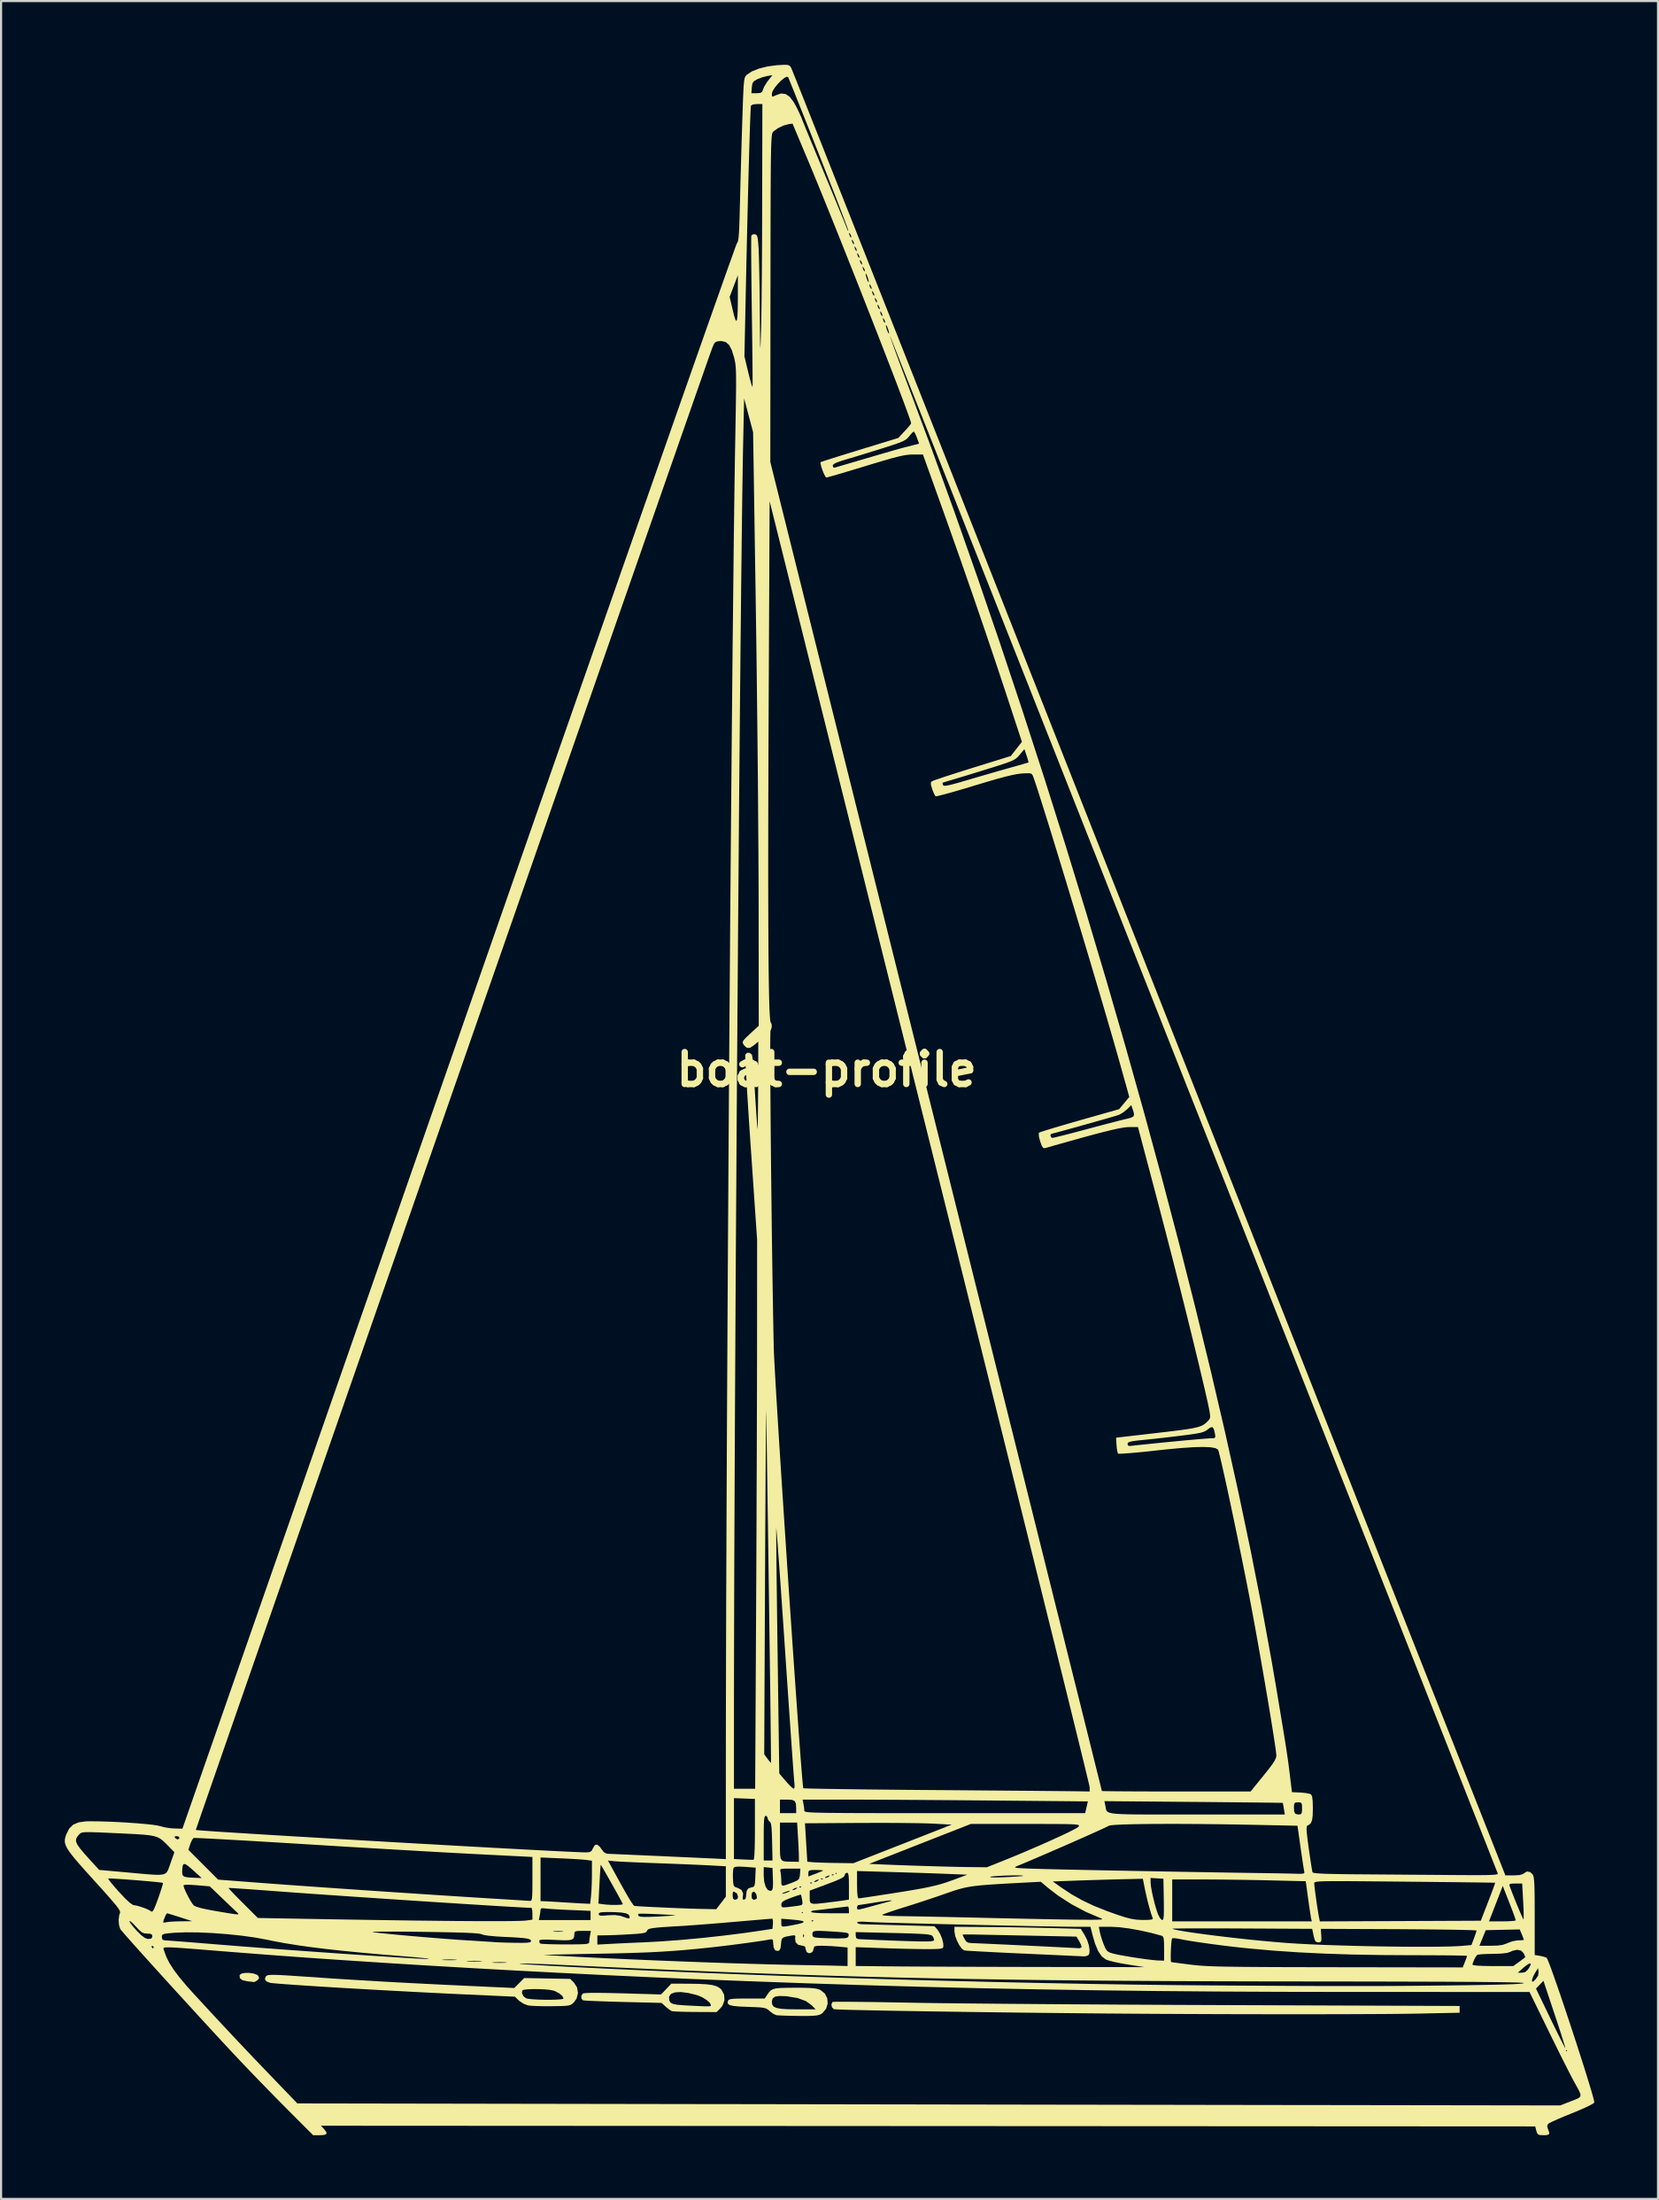
<source format=kicad_pcb>
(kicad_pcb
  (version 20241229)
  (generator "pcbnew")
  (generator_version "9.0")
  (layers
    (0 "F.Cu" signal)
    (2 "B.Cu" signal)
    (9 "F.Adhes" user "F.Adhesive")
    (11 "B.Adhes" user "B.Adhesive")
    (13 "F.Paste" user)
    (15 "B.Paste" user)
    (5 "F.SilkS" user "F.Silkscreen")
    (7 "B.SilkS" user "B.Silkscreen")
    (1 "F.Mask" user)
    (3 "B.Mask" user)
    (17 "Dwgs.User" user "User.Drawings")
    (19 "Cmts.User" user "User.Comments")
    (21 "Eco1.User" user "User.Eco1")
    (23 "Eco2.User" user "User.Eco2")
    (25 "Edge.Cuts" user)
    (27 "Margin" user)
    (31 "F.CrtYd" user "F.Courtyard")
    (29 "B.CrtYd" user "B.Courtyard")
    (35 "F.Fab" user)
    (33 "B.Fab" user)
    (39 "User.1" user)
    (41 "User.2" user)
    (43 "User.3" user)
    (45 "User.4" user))
  (footprint "boat-profile"
    (layer "F.Cu")
    (at 35.854 47.265)
    (property "Reference" "boat-profile" (at 0 0 0) (layer "F.SilkS") (effects (font (size 1.5 1.5) (thickness 0.3))))
    (attr board_only exclude_from_pos_files exclude_from_bom)
    (fp_poly (pts (xy -27.164 42.498) (xy -26.962 42.528) (xy -26.804 42.586) (xy -26.743 42.639) (xy -26.711 42.745) (xy -26.783 42.836) (xy -26.797 42.846) (xy -26.905 42.913) (xy -26.956 42.927) (xy -27.036 42.915) (xy -27.194 42.898) (xy -27.257 42.892) (xy -27.49 42.841) (xy -27.616 42.744) (xy -27.626 42.608) (xy -27.621 42.593) (xy -27.536 42.528) (xy -27.369 42.498)) (stroke (width 0) (type solid)) (fill yes) (layer "F.SilkS"))
    (fp_poly (pts (xy 1.223 43.857) (xy 1.689 43.862) (xy 2.225 43.868) (xy 2.818 43.878) (xy 3.457 43.889) (xy 3.927 43.898) (xy 4.389 43.906) (xy 4.968 43.915) (xy 5.655 43.923) (xy 6.442 43.932) (xy 7.317 43.94) (xy 8.272 43.949) (xy 9.298 43.957) (xy 10.384 43.966) (xy 11.521 43.974) (xy 12.7 43.981) (xy 13.911 43.989) (xy 15.145 43.995) (xy 16.392 44.002) (xy 17.642 44.007) (xy 18.652 44.011) (xy 29.792 44.052) (xy 29.792 44.211) (xy 29.792 44.37) (xy 27.946 44.409) (xy 27.485 44.417) (xy 26.906 44.424) (xy 26.219 44.43) (xy 25.434 44.434) (xy 24.56 44.438) (xy 23.607 44.44) (xy 22.584 44.441) (xy 21.501 44.441) (xy 20.369 44.44) (xy 19.196 44.438) (xy 17.991 44.434) (xy 16.766 44.429) (xy 15.565 44.423) (xy 14.73 44.418) (xy 13.852 44.412) (xy 12.939 44.405) (xy 12.001 44.396) (xy 11.045 44.386) (xy 10.081 44.376) (xy 9.116 44.365) (xy 8.159 44.353) (xy 7.218 44.341) (xy 6.303 44.328) (xy 5.422 44.315) (xy 4.583 44.302) (xy 3.794 44.289) (xy 3.065 44.277) (xy 2.403 44.264) (xy 1.818 44.252) (xy 1.318 44.241) (xy 0.911 44.23) (xy 0.605 44.219) (xy 0.41 44.21) (xy 0.334 44.202) (xy 0.247 44.104) (xy 0.225 43.972) (xy 0.275 43.869) (xy 0.283 43.863) (xy 0.356 43.858) (xy 0.545 43.855) (xy 0.838 43.855)) (stroke (width 0) (type solid)) (fill yes) (layer "F.SilkS"))
    (fp_poly (pts (xy -6.487 43.005) (xy -6.016 43.012) (xy -5.653 43.032) (xy -5.381 43.068) (xy -5.183 43.124) (xy -5.039 43.203) (xy -4.951 43.286) (xy -4.823 43.524) (xy -4.807 43.785) (xy -4.899 44.036) (xy -4.992 44.153) (xy -5.178 44.339) (xy -6.186 44.334) (xy -6.537 44.33) (xy -6.848 44.322) (xy -7.093 44.313) (xy -7.249 44.301) (xy -7.289 44.294) (xy -7.395 44.23) (xy -7.54 44.116) (xy -7.575 44.084) (xy -7.766 43.908) (xy -9.573 43.864) (xy -10.043 43.851) (xy -10.473 43.837) (xy -10.848 43.823) (xy -11.148 43.81) (xy -11.359 43.798) (xy -11.461 43.787) (xy -11.467 43.786) (xy -11.541 43.701) (xy -11.542 43.657) (xy -7.415 43.657) (xy -7.402 43.795) (xy -7.351 43.89) (xy -7.242 43.952) (xy -7.054 43.992) (xy -6.766 44.017) (xy -6.639 44.025) (xy -6.221 44.047) (xy -5.914 44.062) (xy -5.7 44.07) (xy -5.562 44.069) (xy -5.485 44.06) (xy -5.451 44.043) (xy -5.443 44.018) (xy -5.443 44.017) (xy -5.498 43.904) (xy -5.642 43.774) (xy -5.844 43.648) (xy -6.072 43.551) (xy -6.105 43.54) (xy -6.513 43.44) (xy -6.861 43.397) (xy -7.134 43.412) (xy -7.322 43.482) (xy -7.41 43.606) (xy -7.415 43.657) (xy -11.542 43.657) (xy -11.543 43.573) (xy -11.475 43.466) (xy -11.385 43.449) (xy -11.176 43.438) (xy -10.856 43.435) (xy -10.432 43.439) (xy -9.911 43.45) (xy -9.594 43.458) (xy -7.793 43.511) (xy -7.551 43.257) (xy -7.309 43.002)) (stroke (width 0) (type solid)) (fill yes) (layer "F.SilkS"))
    (fp_poly (pts (xy -1.098 43.196) (xy -0.804 43.205) (xy -0.592 43.221) (xy -0.439 43.248) (xy -0.322 43.288) (xy -0.286 43.304) (xy -0.083 43.468) (xy 0.03 43.69) (xy 0.05 43.938) (xy -0.023 44.18) (xy -0.191 44.383) (xy -0.244 44.421) (xy -0.331 44.465) (xy -0.449 44.495) (xy -0.621 44.513) (xy -0.87 44.521) (xy -1.217 44.522) (xy -1.319 44.521) (xy -1.657 44.516) (xy -1.959 44.508) (xy -2.197 44.499) (xy -2.343 44.489) (xy -2.366 44.485) (xy -2.503 44.425) (xy -2.661 44.311) (xy -2.684 44.289) (xy -2.764 44.221) (xy -2.847 44.173) (xy -2.958 44.141) (xy -3.121 44.12) (xy -3.363 44.107) (xy -3.706 44.095) (xy -4.093 44.079) (xy -4.367 44.054) (xy -4.543 44.017) (xy -4.636 43.962) (xy -4.661 43.885) (xy -4.656 43.865) (xy -2.578 43.865) (xy -2.559 43.99) (xy -2.49 44.082) (xy -2.358 44.145) (xy -2.145 44.185) (xy -1.836 44.205) (xy -1.416 44.211) (xy -1.406 44.211) (xy -0.517 44.211) (xy -0.698 44.023) (xy -0.974 43.823) (xy -1.361 43.681) (xy -1.858 43.599) (xy -1.924 43.593) (xy -2.228 43.583) (xy -2.426 43.614) (xy -2.537 43.693) (xy -2.577 43.829) (xy -2.578 43.865) (xy -4.656 43.865) (xy -4.641 43.806) (xy -4.609 43.763) (xy -4.535 43.734) (xy -4.401 43.715) (xy -4.185 43.706) (xy -3.868 43.702) (xy -3.756 43.702) (xy -2.911 43.702) (xy -2.797 43.527) (xy -2.713 43.407) (xy -2.629 43.32) (xy -2.521 43.261) (xy -2.37 43.224) (xy -2.153 43.205) (xy -1.849 43.197) (xy -1.496 43.195)) (stroke (width 0) (type solid)) (fill yes) (layer "F.SilkS"))
    (fp_poly (pts (xy 7.496 40.337) (xy 8.042 40.341) (xy 8.665 40.349) (xy 9.314 40.36) (xy 9.937 40.372) (xy 10.469 40.384) (xy 11.963 40.424) (xy 12.148 40.723) (xy 12.265 40.958) (xy 12.344 41.204) (xy 12.378 41.429) (xy 12.361 41.598) (xy 12.311 41.671) (xy 12.174 41.715) (xy 12.095 41.719) (xy 12.006 41.714) (xy 11.803 41.705) (xy 11.502 41.691) (xy 11.115 41.673) (xy 10.656 41.652) (xy 10.141 41.628) (xy 9.582 41.603) (xy 9.294 41.59) (xy 8.719 41.564) (xy 8.179 41.538) (xy 7.689 41.513) (xy 7.264 41.491) (xy 6.917 41.471) (xy 6.662 41.455) (xy 6.513 41.444) (xy 6.483 41.44) (xy 6.37 41.363) (xy 6.248 41.198) (xy 6.136 40.983) (xy 6.052 40.756) (xy 6.041 40.697) (xy 6.398 40.697) (xy 6.424 40.761) (xy 6.487 40.89) (xy 6.495 40.904) (xy 6.571 41.021) (xy 6.67 41.077) (xy 6.839 41.096) (xy 6.893 41.097) (xy 7.012 41.101) (xy 7.239 41.111) (xy 7.557 41.125) (xy 7.948 41.143) (xy 8.394 41.163) (xy 8.875 41.186) (xy 9.376 41.21) (xy 9.877 41.234) (xy 10.36 41.258) (xy 10.808 41.28) (xy 11.202 41.3) (xy 11.525 41.317) (xy 11.758 41.329) (xy 11.883 41.337) (xy 11.888 41.338) (xy 11.982 41.308) (xy 12 41.267) (xy 11.968 41.163) (xy 11.892 41.012) (xy 11.878 40.988) (xy 11.756 40.789) (xy 9.729 40.748) (xy 9.197 40.737) (xy 8.673 40.726) (xy 8.18 40.716) (xy 7.741 40.707) (xy 7.377 40.7) (xy 7.111 40.694) (xy 7.05 40.693) (xy 6.779 40.688) (xy 6.563 40.688) (xy 6.429 40.692) (xy 6.398 40.697) (xy 6.041 40.697) (xy 6.016 40.552) (xy 6.016 40.538) (xy 6.016 40.328)) (stroke (width 0) (type solid)) (fill yes) (layer "F.SilkS"))
    (fp_poly (pts (xy -25.756 42.596) (xy -25.437 42.613) (xy -25.02 42.64) (xy -24.491 42.676) (xy -24.44 42.68) (xy -23.245 42.761) (xy -22.03 42.837) (xy -20.773 42.911) (xy -19.451 42.982) (xy -18.04 43.052) (xy -16.963 43.103) (xy -14.7 43.207) (xy -14.466 42.973) (xy -14.232 42.739) (xy -13.149 42.759) (xy -12.066 42.779) (xy -11.89 42.955) (xy -11.743 43.184) (xy -11.703 43.446) (xy -11.767 43.704) (xy -11.89 43.876) (xy -11.964 43.946) (xy -12.038 43.995) (xy -12.136 44.027) (xy -12.281 44.046) (xy -12.497 44.056) (xy -12.809 44.061) (xy -12.94 44.063) (xy -13.284 44.064) (xy -13.603 44.057) (xy -13.865 44.045) (xy -14.037 44.028) (xy -14.055 44.025) (xy -14.265 43.946) (xy -14.463 43.815) (xy -14.485 43.795) (xy -14.673 43.615) (xy -17.108 43.504) (xy -17.829 43.47) (xy -18.19 43.452) (xy -14.339 43.452) (xy -14.267 43.594) (xy -14.147 43.689) (xy -14.032 43.716) (xy -13.832 43.737) (xy -13.575 43.752) (xy -13.289 43.76) (xy -13.002 43.761) (xy -12.74 43.755) (xy -12.533 43.741) (xy -12.407 43.72) (xy -12.382 43.702) (xy -12.437 43.586) (xy -12.579 43.462) (xy -12.772 43.359) (xy -12.871 43.325) (xy -13.046 43.293) (xy -13.285 43.271) (xy -13.556 43.26) (xy -13.826 43.259) (xy -14.066 43.269) (xy -14.242 43.289) (xy -14.324 43.32) (xy -14.324 43.321) (xy -14.339 43.452) (xy -18.19 43.452) (xy -18.583 43.433) (xy -19.361 43.393) (xy -20.149 43.351) (xy -20.936 43.309) (xy -21.71 43.265) (xy -22.461 43.222) (xy -23.176 43.179) (xy -23.843 43.138) (xy -24.451 43.099) (xy -24.989 43.063) (xy -25.444 43.031) (xy -25.805 43.003) (xy -26.06 42.98) (xy -26.183 42.965) (xy -26.36 42.902) (xy -26.437 42.799) (xy -26.402 42.675) (xy -26.374 42.644) (xy -26.335 42.617) (xy -26.267 42.599) (xy -26.157 42.589) (xy -25.992 42.588)) (stroke (width 0) (type solid)) (fill yes) (layer "F.SilkS"))
    (fp_poly (pts (xy -1.779 -47.245) (xy -1.718 -47.199) (xy -1.672 -47.133) (xy -1.643 -47.066) (xy -1.57 -46.884) (xy -1.452 -46.589) (xy -1.29 -46.185) (xy -1.087 -45.674) (xy -0.843 -45.06) (xy -0.559 -44.345) (xy -0.236 -43.532) (xy 0.123 -42.625) (xy 0.519 -41.626) (xy 0.95 -40.539) (xy 1.415 -39.366) (xy 1.912 -38.11) (xy 2.441 -36.774) (xy 3 -35.362) (xy 3.588 -33.876) (xy 4.204 -32.319) (xy 4.847 -30.694) (xy 5.515 -29.004) (xy 6.207 -27.253) (xy 6.923 -25.442) (xy 7.661 -23.576) (xy 8.42 -21.656) (xy 9.198 -19.687) (xy 9.995 -17.67) (xy 10.809 -15.61) (xy 11.64 -13.508) (xy 12.485 -11.369) (xy 13.344 -9.194) (xy 14.216 -6.987) (xy 15.099 -4.751) (xy 15.184 -4.536) (xy 31.946 37.909) (xy 32.341 37.909) (xy 32.612 37.894) (xy 32.773 37.848) (xy 32.816 37.814) (xy 32.956 37.726) (xy 33.11 37.752) (xy 33.226 37.86) (xy 33.256 37.918) (xy 33.279 38.008) (xy 33.297 38.146) (xy 33.309 38.343) (xy 33.318 38.616) (xy 33.323 38.978) (xy 33.325 39.443) (xy 33.326 39.827) (xy 33.326 41.654) (xy 33.566 41.694) (xy 33.744 41.733) (xy 33.872 41.777) (xy 33.885 41.784) (xy 33.926 41.856) (xy 34 42.036) (xy 34.103 42.31) (xy 34.23 42.665) (xy 34.378 43.087) (xy 34.542 43.563) (xy 34.717 44.08) (xy 34.899 44.624) (xy 35.083 45.181) (xy 35.266 45.739) (xy 35.442 46.284) (xy 35.608 46.802) (xy 35.758 47.28) (xy 35.889 47.704) (xy 35.996 48.062) (xy 36.075 48.34) (xy 36.12 48.523) (xy 36.129 48.6) (xy 36.053 48.657) (xy 35.879 48.75) (xy 35.627 48.868) (xy 35.318 49.002) (xy 35.047 49.112) (xy 34.707 49.25) (xy 34.406 49.378) (xy 34.165 49.487) (xy 34.006 49.567) (xy 33.951 49.604) (xy 33.912 49.713) (xy 33.953 49.85) (xy 34.013 50.011) (xy 33.994 50.095) (xy 33.877 50.128) (xy 33.741 50.132) (xy 33.563 50.124) (xy 33.47 50.085) (xy 33.421 49.988) (xy 33.403 49.925) (xy 33.349 49.718) (xy 4.775 49.702) (xy -23.799 49.686) (xy -23.661 49.833) (xy -23.546 49.98) (xy -23.538 50.072) (xy -23.643 50.119) (xy -23.844 50.132) (xy -24.166 50.132) (xy -25.359 48.938) (xy -25.765 48.529) (xy -26.22 48.065) (xy -26.691 47.581) (xy -27.147 47.109) (xy -27.553 46.683) (xy -27.663 46.567) (xy -27.975 46.235) (xy -28.331 45.853) (xy -28.724 45.429) (xy -29.144 44.973) (xy -29.583 44.495) (xy -30.033 44.004) (xy -30.485 43.51) (xy -30.931 43.021) (xy -31.361 42.547) (xy -31.768 42.098) (xy -32.143 41.683) (xy -32.434 41.359) (xy -31.211 41.359) (xy -31.201 41.394) (xy -31.191 41.426) (xy -31.083 41.725) (xy -30.934 42.026) (xy -30.73 42.346) (xy -30.461 42.703) (xy -30.115 43.114) (xy -29.816 43.447) (xy -28.919 44.42) (xy -27.957 45.45) (xy -26.955 46.509) (xy -25.953 47.553) (xy -24.909 48.636) (xy -6.025 48.668) (xy -4.334 48.67) (xy -2.601 48.673) (xy -0.837 48.676) (xy 0.951 48.679) (xy 2.752 48.682) (xy 4.556 48.685) (xy 6.354 48.688) (xy 8.136 48.691) (xy 9.893 48.694) (xy 11.616 48.697) (xy 13.294 48.699) (xy 14.919 48.702) (xy 16.48 48.704) (xy 17.968 48.707) (xy 19.374 48.709) (xy 20.688 48.711) (xy 21.9 48.713) (xy 23.001 48.714) (xy 23.693 48.715) (xy 34.527 48.731) (xy 35.035 48.532) (xy 35.258 48.446) (xy 35.404 48.377) (xy 35.476 48.302) (xy 35.478 48.198) (xy 35.414 48.041) (xy 35.287 47.808) (xy 35.181 47.618) (xy 35.081 47.433) (xy 34.936 47.151) (xy 34.754 46.793) (xy 34.545 46.377) (xy 34.434 46.153) (xy 34.79 46.153) (xy 34.822 46.185) (xy 34.853 46.153) (xy 34.822 46.121) (xy 34.79 46.153) (xy 34.434 46.153) (xy 34.319 45.922) (xy 34.085 45.447) (xy 33.989 45.251) (xy 33.081 43.394) (xy 24.53 43.392) (xy 21.431 43.387) (xy 18.44 43.373) (xy 15.538 43.349) (xy 12.709 43.315) (xy 9.932 43.27) (xy 8.161 43.235) (xy 33.386 43.235) (xy 34.067 44.646) (xy 34.255 45.034) (xy 34.425 45.379) (xy 34.569 45.667) (xy 34.679 45.882) (xy 34.748 46.009) (xy 34.768 46.037) (xy 34.754 45.974) (xy 34.704 45.806) (xy 34.624 45.55) (xy 34.519 45.221) (xy 34.393 44.836) (xy 34.262 44.443) (xy 33.737 42.868) (xy 33.561 43.052) (xy 33.386 43.235) (xy 8.161 43.235) (xy 7.189 43.216) (xy 4.462 43.15) (xy 1.732 43.072) (xy -1.019 42.983) (xy -3.811 42.882) (xy -6.366 42.781) (xy -8.411 42.693) (xy -10.487 42.597) (xy -12.577 42.493) (xy -14.665 42.384) (xy -16.737 42.269) (xy -18.777 42.15) (xy -20.214 42.061) (xy -14.458 42.061) (xy -14.411 42.071) (xy -14.253 42.086) (xy -13.989 42.105) (xy -13.627 42.128) (xy -13.176 42.154) (xy -12.641 42.183) (xy -12.032 42.214) (xy -11.354 42.248) (xy -10.615 42.284) (xy -9.823 42.321) (xy -8.986 42.359) (xy -8.11 42.398) (xy -7.203 42.437) (xy -6.272 42.476) (xy -5.952 42.489) (xy -3.758 42.574) (xy -1.5 42.655) (xy 0.804 42.731) (xy 3.133 42.801) (xy 5.468 42.865) (xy 7.79 42.922) (xy 10.08 42.971) (xy 12.316 43.013) (xy 14.481 43.047) (xy 16.555 43.072) (xy 18.175 43.086) (xy 19.429 43.094) (xy 20.569 43.101) (xy 21.607 43.107) (xy 22.555 43.111) (xy 23.426 43.114) (xy 24.233 43.115) (xy 24.988 43.115) (xy 25.704 43.114) (xy 26.394 43.112) (xy 27.069 43.108) (xy 27.744 43.103) (xy 28.429 43.096) (xy 29.138 43.088) (xy 29.273 43.087) (xy 30.12 43.076) (xy 30.844 43.064) (xy 31.448 43.052) (xy 31.937 43.039) (xy 32.314 43.026) (xy 32.583 43.011) (xy 32.749 42.995) (xy 32.815 42.979) (xy 32.816 42.975) (xy 32.774 42.965) (xy 32.643 42.956) (xy 32.423 42.948) (xy 32.109 42.94) (xy 31.699 42.933) (xy 31.189 42.927) (xy 30.577 42.921) (xy 29.86 42.917) (xy 29.034 42.912) (xy 28.097 42.909) (xy 27.045 42.906) (xy 25.876 42.903) (xy 24.587 42.901) (xy 23.174 42.9) (xy 22.71 42.899) (xy 20.376 42.896) (xy 18.158 42.89) (xy 16.045 42.881) (xy 14.025 42.869) (xy 12.089 42.853) (xy 11.651 42.849) (xy 33.198 42.849) (xy 33.209 42.915) (xy 33.259 42.9) (xy 33.363 42.803) (xy 33.486 42.627) (xy 33.506 42.454) (xy 33.485 42.27) (xy 33.341 42.5) (xy 33.251 42.672) (xy 33.201 42.819) (xy 33.198 42.849) (xy 11.651 42.849) (xy 10.225 42.834) (xy 8.421 42.81) (xy 6.667 42.782) (xy 4.951 42.749) (xy 3.262 42.712) (xy 1.59 42.669) (xy -0.077 42.622) (xy -1.75 42.568) (xy -3.44 42.509) (xy -4.017 42.487) (xy 32.53 42.487) (xy 32.721 42.489) (xy 32.871 42.462) (xy 32.993 42.357) (xy 33.056 42.269) (xy 33.135 42.117) (xy 33.129 42.051) (xy 33.044 42.07) (xy 32.89 42.174) (xy 32.779 42.267) (xy 32.53 42.487) (xy -4.017 42.487) (xy -5.158 42.444) (xy -6.915 42.372) (xy -8.723 42.294) (xy -10.592 42.21) (xy -12.534 42.118) (xy -12.697 42.11) (xy -13.12 42.091) (xy -13.526 42.075) (xy -13.889 42.063) (xy -14.18 42.056) (xy -14.373 42.055) (xy -14.384 42.055) (xy -14.458 42.061) (xy -20.214 42.061) (xy -20.769 42.027) (xy -21.023 42.01) (xy -15.749 42.01) (xy -15.707 42.018) (xy -15.561 42.023) (xy -15.406 42.024) (xy -15.189 42.022) (xy -15.066 42.016) (xy -15.048 42.007) (xy -15.101 42) (xy -15.342 41.99) (xy -15.608 41.996) (xy -15.674 42) (xy -15.749 42.01) (xy -21.023 42.01) (xy -22.003 41.946) (xy -16.956 41.946) (xy -16.911 41.954) (xy -16.762 41.959) (xy -16.583 41.96) (xy -16.362 41.958) (xy -16.236 41.952) (xy -16.216 41.944) (xy -16.281 41.936) (xy -16.548 41.927) (xy -16.828 41.933) (xy -16.886 41.936) (xy -16.956 41.946) (xy -22.003 41.946) (xy -22.697 41.901) (xy -22.962 41.883) (xy -18.104 41.883) (xy -18.062 41.891) (xy -17.916 41.896) (xy -17.761 41.897) (xy -17.545 41.895) (xy -17.421 41.889) (xy -17.404 41.88) (xy -17.457 41.873) (xy -17.697 41.863) (xy -17.963 41.868) (xy -18.03 41.873) (xy -18.104 41.883) (xy -22.962 41.883) (xy -24.546 41.774) (xy -26.301 41.645) (xy -27.946 41.517) (xy -28.117 41.504) (xy -28.828 41.446) (xy -29.422 41.398) (xy -29.91 41.359) (xy -30.302 41.33) (xy -30.608 41.309) (xy -30.838 41.297) (xy -31.002 41.294) (xy -31.112 41.299) (xy -31.176 41.311) (xy -31.205 41.332) (xy -31.211 41.359) (xy -32.434 41.359) (xy -32.477 41.311) (xy -32.524 41.258) (xy -31.776 41.258) (xy -31.766 41.283) (xy -31.709 41.344) (xy -31.698 41.347) (xy -31.671 41.297) (xy -31.67 41.283) (xy -31.719 41.222) (xy -31.738 41.219) (xy -31.776 41.258) (xy -32.524 41.258) (xy -32.761 40.992) (xy -32.988 40.736) (xy -33.148 40.551) (xy -33.234 40.447) (xy -33.244 40.432) (xy -33.304 40.241) (xy -33.316 40.062) (xy -32.814 40.062) (xy -32.774 40.145) (xy -32.664 40.29) (xy -32.507 40.47) (xy -32.456 40.524) (xy -32.249 40.729) (xy -32.093 40.847) (xy -31.965 40.897) (xy -31.915 40.901) (xy -31.78 40.879) (xy -31.743 40.811) (xy -31.288 40.811) (xy -31.257 40.933) (xy -31.159 40.965) (xy -31.068 40.97) (xy -30.865 40.984) (xy -30.564 41.007) (xy -30.181 41.037) (xy -29.731 41.072) (xy -29.228 41.113) (xy -28.686 41.157) (xy -28.628 41.162) (xy -28.036 41.209) (xy -27.384 41.26) (xy -26.685 41.314) (xy -25.951 41.369) (xy -25.193 41.424) (xy -24.425 41.48) (xy -23.658 41.534) (xy -22.904 41.587) (xy -22.176 41.636) (xy -21.486 41.683) (xy -20.846 41.725) (xy -20.268 41.762) (xy -19.764 41.793) (xy -19.347 41.817) (xy -19.028 41.833) (xy -18.821 41.841) (xy -18.779 41.841) (xy -18.714 41.837) (xy -18.763 41.824) (xy -18.918 41.804) (xy -19.166 41.779) (xy -19.496 41.749) (xy -19.798 41.724) (xy -20.67 41.652) (xy -13.311 41.652) (xy -13.304 41.654) (xy -12.395 41.705) (xy -11.397 41.757) (xy -10.33 41.809) (xy -9.214 41.859) (xy -8.069 41.908) (xy -6.915 41.954) (xy -5.77 41.997) (xy -4.657 42.036) (xy -3.593 42.069) (xy -2.599 42.097) (xy -1.695 42.118) (xy -0.987 42.131) (xy -0.596 42.137) (xy -0.204 42.145) (xy 0.15 42.152) (xy 0.428 42.158) (xy 0.493 42.16) (xy 0.987 42.174) (xy 0.987 41.738) (xy 0.987 41.301) (xy 0.81 41.285) (xy 1.369 41.285) (xy 1.369 41.728) (xy 1.369 42.172) (xy 3.103 42.19) (xy 3.452 42.193) (xy 3.914 42.196) (xy 4.474 42.199) (xy 5.118 42.202) (xy 5.831 42.205) (xy 6.599 42.208) (xy 7.409 42.211) (xy 8.244 42.213) (xy 9.091 42.215) (xy 9.899 42.217) (xy 14.96 42.225) (xy 14.164 42.1) (xy 13.837 42.044) (xy 13.536 41.981) (xy 13.294 41.92) (xy 13.146 41.868) (xy 12.952 41.722) (xy 12.784 41.48) (xy 12.637 41.129) (xy 12.53 40.768) (xy 12.417 40.328) (xy 12.813 40.328) (xy 12.857 40.567) (xy 12.907 40.764) (xy 12.986 41.01) (xy 13.04 41.154) (xy 13.126 41.354) (xy 13.21 41.47) (xy 13.326 41.538) (xy 13.465 41.583) (xy 13.672 41.631) (xy 13.97 41.688) (xy 14.323 41.748) (xy 14.697 41.806) (xy 15.056 41.856) (xy 15.365 41.893) (xy 15.589 41.912) (xy 15.612 41.912) (xy 15.883 41.92) (xy 15.883 41.757) (xy 16.196 41.757) (xy 16.201 41.917) (xy 16.216 41.988) (xy 16.217 41.989) (xy 16.283 41.998) (xy 16.451 42.021) (xy 16.7 42.053) (xy 17.006 42.092) (xy 17.124 42.107) (xy 17.288 42.127) (xy 17.459 42.144) (xy 17.647 42.159) (xy 17.859 42.172) (xy 18.106 42.183) (xy 18.396 42.193) (xy 18.737 42.201) (xy 19.139 42.207) (xy 19.61 42.213) (xy 20.158 42.217) (xy 20.793 42.221) (xy 21.524 42.224) (xy 22.359 42.226) (xy 23.306 42.228) (xy 23.977 42.229) (xy 29.938 42.238) (xy 29.988 42.114) (xy 30.397 42.114) (xy 30.458 42.136) (xy 30.63 42.155) (xy 30.895 42.168) (xy 31.238 42.174) (xy 31.358 42.174) (xy 32.318 42.174) (xy 32.599 41.972) (xy 32.754 41.858) (xy 32.856 41.777) (xy 32.88 41.753) (xy 32.857 41.688) (xy 32.806 41.572) (xy 32.687 41.449) (xy 32.501 41.409) (xy 32.277 41.458) (xy 32.18 41.506) (xy 32.022 41.557) (xy 31.758 41.588) (xy 31.378 41.6) (xy 31.352 41.6) (xy 31.069 41.606) (xy 30.832 41.618) (xy 30.671 41.635) (xy 30.619 41.65) (xy 30.546 41.743) (xy 30.467 41.896) (xy 30.409 42.048) (xy 30.397 42.114) (xy 29.988 42.114) (xy 30.04 41.982) (xy 30.103 41.819) (xy 30.139 41.712) (xy 30.143 41.695) (xy 30.081 41.689) (xy 29.906 41.683) (xy 29.63 41.677) (xy 29.267 41.672) (xy 28.831 41.669) (xy 28.334 41.666) (xy 27.791 41.665) (xy 27.58 41.665) (xy 26.091 41.656) (xy 24.711 41.631) (xy 23.422 41.589) (xy 22.206 41.529) (xy 21.045 41.45) (xy 19.922 41.351) (xy 19.512 41.309) (xy 19.032 41.255) (xy 18.529 41.193) (xy 18.029 41.127) (xy 17.559 41.06) (xy 17.143 40.997) (xy 16.807 40.939) (xy 16.614 40.901) (xy 16.428 40.869) (xy 16.293 40.864) (xy 16.261 40.872) (xy 16.24 40.941) (xy 16.222 41.101) (xy 16.208 41.313) (xy 16.199 41.544) (xy 16.196 41.757) (xy 15.883 41.757) (xy 15.883 41.351) (xy 15.88 41.074) (xy 15.867 40.9) (xy 15.839 40.802) (xy 15.793 40.757) (xy 15.772 40.749) (xy 15.273 40.614) (xy 14.752 40.498) (xy 14.297 40.417) (xy 16.27 40.417) (xy 16.36 40.451) (xy 16.563 40.495) (xy 16.864 40.547) (xy 17.247 40.606) (xy 17.699 40.668) (xy 18.204 40.734) (xy 18.747 40.8) (xy 19.315 40.865) (xy 19.893 40.928) (xy 20.465 40.985) (xy 21.018 41.036) (xy 21.536 41.079) (xy 21.708 41.092) (xy 22.215 41.124) (xy 22.802 41.154) (xy 23.451 41.181) (xy 24.148 41.204) (xy 24.873 41.225) (xy 25.613 41.242) (xy 26.348 41.254) (xy 27.064 41.263) (xy 27.742 41.268) (xy 28.367 41.267) (xy 28.923 41.262) (xy 29.391 41.252) (xy 29.756 41.236) (xy 29.879 41.227) (xy 29.969 41.219) (xy 30.724 41.219) (xy 31.264 41.219) (xy 31.582 41.21) (xy 31.815 41.178) (xy 31.999 41.117) (xy 32.052 41.092) (xy 32.278 41.009) (xy 32.516 40.966) (xy 32.559 40.965) (xy 32.72 40.959) (xy 32.809 40.946) (xy 32.816 40.941) (xy 32.794 40.872) (xy 32.739 40.732) (xy 32.719 40.684) (xy 32.622 40.452) (xy 31.822 40.469) (xy 31.022 40.487) (xy 30.873 40.853) (xy 30.724 41.219) (xy 29.969 41.219) (xy 30.347 41.187) (xy 30.468 40.869) (xy 30.535 40.682) (xy 30.579 40.546) (xy 30.588 40.504) (xy 30.526 40.495) (xy 30.349 40.486) (xy 30.066 40.478) (xy 29.689 40.469) (xy 29.231 40.462) (xy 28.701 40.455) (xy 28.111 40.449) (xy 27.473 40.444) (xy 26.925 40.44) (xy 23.261 40.424) (xy 23.28 40.742) (xy 23.287 40.93) (xy 23.268 41.025) (xy 23.21 41.057) (xy 23.144 41.06) (xy 23.047 41.044) (xy 22.986 40.974) (xy 22.938 40.82) (xy 22.92 40.742) (xy 22.853 40.424) (xy 19.548 40.407) (xy 18.913 40.404) (xy 18.32 40.403) (xy 17.78 40.402) (xy 17.304 40.403) (xy 16.903 40.404) (xy 16.591 40.407) (xy 16.378 40.41) (xy 16.277 40.415) (xy 16.27 40.417) (xy 14.297 40.417) (xy 14.245 40.407) (xy 13.786 40.349) (xy 13.418 40.328) (xy 12.813 40.328) (xy 12.417 40.328) (xy 11.779 40.328) (xy 11.527 40.326) (xy 11.172 40.322) (xy 10.728 40.314) (xy 10.206 40.305) (xy 9.621 40.294) (xy 8.985 40.281) (xy 8.31 40.267) (xy 7.611 40.251) (xy 6.899 40.235) (xy 6.189 40.219) (xy 5.492 40.202) (xy 4.822 40.185) (xy 4.191 40.169) (xy 3.614 40.154) (xy 3.102 40.14) (xy 2.669 40.127) (xy 2.328 40.116) (xy 2.091 40.106) (xy 1.989 40.101) (xy 1.692 40.085) (xy 1.51 40.091) (xy 1.435 40.12) (xy 1.432 40.13) (xy 1.488 40.18) (xy 1.624 40.205) (xy 1.639 40.206) (xy 1.759 40.209) (xy 1.986 40.215) (xy 2.3 40.224) (xy 2.682 40.234) (xy 3.111 40.246) (xy 3.461 40.255) (xy 5.075 40.3) (xy 5.225 40.474) (xy 5.343 40.66) (xy 5.438 40.895) (xy 5.492 41.124) (xy 5.493 41.272) (xy 5.47 41.317) (xy 5.406 41.348) (xy 5.281 41.367) (xy 5.073 41.376) (xy 4.762 41.378) (xy 4.71 41.378) (xy 4.394 41.376) (xy 3.989 41.369) (xy 3.53 41.358) (xy 3.056 41.345) (xy 2.658 41.332) (xy 1.369 41.285) (xy 0.81 41.285) (xy 0.557 41.261) (xy 0.262 41.238) (xy -0.05 41.224) (xy -0.239 41.22) (xy -0.448 41.225) (xy -0.558 41.248) (xy -0.6 41.297) (xy -0.605 41.339) (xy -0.648 41.479) (xy -0.692 41.531) (xy -0.822 41.576) (xy -0.935 41.519) (xy -0.986 41.384) (xy -0.987 41.372) (xy -1.017 41.253) (xy -1.128 41.219) (xy -1.134 41.219) (xy -1.337 41.175) (xy -1.46 41.055) (xy -1.483 40.881) (xy -1.482 40.878) (xy -1.469 40.767) (xy -1.502 40.737) (xy -1.109 40.737) (xy -1.097 40.819) (xy -1.076 40.82) (xy -1.06 40.735) (xy -1.071 40.698) (xy -1.097 40.675) (xy -0.668 40.675) (xy -0.66 40.759) (xy -0.616 40.808) (xy -0.509 40.835) (xy -0.309 40.851) (xy -0.239 40.855) (xy 0.07 40.867) (xy 0.407 40.874) (xy 0.605 40.874) (xy 0.83 40.867) (xy 0.958 40.847) (xy 1.017 40.803) (xy 1.037 40.739) (xy 1.369 40.739) (xy 1.393 40.86) (xy 1.492 40.905) (xy 1.544 40.91) (xy 1.983 40.93) (xy 2.469 40.951) (xy 2.969 40.971) (xy 3.454 40.989) (xy 3.891 41.003) (xy 4.25 41.013) (xy 4.408 41.017) (xy 4.718 41.018) (xy 4.918 41.009) (xy 5.026 40.986) (xy 5.061 40.948) (xy 5.061 40.945) (xy 5.024 40.828) (xy 4.981 40.761) (xy 4.941 40.731) (xy 4.865 40.706) (xy 4.738 40.685) (xy 4.548 40.668) (xy 4.28 40.654) (xy 3.92 40.64) (xy 3.455 40.627) (xy 3.135 40.619) (xy 1.369 40.578) (xy 1.369 40.739) (xy 1.037 40.739) (xy 1.038 40.736) (xy 1.038 40.674) (xy 1.004 40.633) (xy 0.911 40.604) (xy 0.739 40.584) (xy 0.464 40.563) (xy 0.433 40.561) (xy 0.035 40.536) (xy -0.253 40.521) (xy -0.45 40.52) (xy -0.572 40.533) (xy -0.637 40.563) (xy -0.664 40.612) (xy -0.668 40.675) (xy -1.097 40.675) (xy -1.099 40.674) (xy -1.109 40.737) (xy -1.502 40.737) (xy -1.511 40.728) (xy -1.638 40.739) (xy -1.68 40.746) (xy -1.911 40.789) (xy -2.046 40.836) (xy -2.112 40.911) (xy -2.138 41.04) (xy -2.145 41.142) (xy -2.17 41.336) (xy -2.22 41.434) (xy -2.284 41.464) (xy -2.418 41.438) (xy -2.494 41.299) (xy -2.514 41.103) (xy -2.524 40.961) (xy -2.574 40.913) (xy -2.69 40.927) (xy -2.888 40.962) (xy -3.187 41.008) (xy -3.561 41.061) (xy -3.984 41.119) (xy -4.431 41.177) (xy -4.875 41.232) (xy -5.29 41.28) (xy -5.57 41.311) (xy -6.172 41.372) (xy -6.732 41.423) (xy -7.271 41.465) (xy -7.812 41.5) (xy -8.378 41.529) (xy -8.991 41.552) (xy -9.674 41.572) (xy -10.45 41.589) (xy -10.918 41.597) (xy -11.468 41.607) (xy -11.968 41.617) (xy -12.408 41.626) (xy -12.774 41.635) (xy -13.054 41.642) (xy -13.237 41.648) (xy -13.311 41.652) (xy -20.67 41.652) (xy -20.898 41.633) (xy -21.882 41.545) (xy -22.762 41.459) (xy -23.55 41.373) (xy -24.257 41.286) (xy -24.895 41.196) (xy -25.476 41.103) (xy -26.011 41.004) (xy -26.334 40.937) (xy -26.89 40.834) (xy -27.524 40.746) (xy -28.201 40.675) (xy -28.889 40.623) (xy -29.555 40.593) (xy -30.167 40.587) (xy -30.691 40.608) (xy -30.74 40.612) (xy -31.004 40.636) (xy -31.166 40.66) (xy -31.251 40.694) (xy -31.284 40.745) (xy -31.288 40.811) (xy -31.743 40.811) (xy -31.735 40.797) (xy -31.734 40.774) (xy -31.757 40.688) (xy -31.848 40.653) (xy -31.973 40.648) (xy -32.112 40.636) (xy -32.23 40.586) (xy -32.249 40.569) (xy -21.37 40.569) (xy -21.353 40.582) (xy -21.326 40.586) (xy -21.016 40.621) (xy -20.603 40.664) (xy -20.114 40.71) (xy -19.571 40.76) (xy -19.001 40.809) (xy -18.428 40.856) (xy -17.876 40.899) (xy -17.371 40.936) (xy -16.965 40.963) (xy -16.581 40.986) (xy -16.224 41.009) (xy -15.919 41.028) (xy -15.695 41.043) (xy -15.596 41.051) (xy -15.427 41.06) (xy -15.169 41.069) (xy -14.862 41.077) (xy -14.626 41.081) (xy -14.306 41.083) (xy -14.094 41.076) (xy -13.971 41.058) (xy -13.917 41.027) (xy -13.91 41.002) (xy -13.914 40.989) (xy -13.528 40.989) (xy -13.498 41.096) (xy -13.485 41.113) (xy -13.411 41.127) (xy -13.23 41.139) (xy -12.965 41.148) (xy -12.635 41.154) (xy -12.307 41.156) (xy -11.902 41.155) (xy -11.606 41.151) (xy -11.403 41.143) (xy -11.275 41.129) (xy -11.206 41.106) (xy -11.177 41.074) (xy -11.172 41.036) (xy -11.16 40.888) (xy -11.135 40.733) (xy -10.79 40.733) (xy -10.79 40.949) (xy -10.79 41.164) (xy -10.138 41.129) (xy -9.812 41.112) (xy -9.411 41.093) (xy -8.985 41.074) (xy -8.594 41.058) (xy -7.754 41.012) (xy -6.826 40.943) (xy -5.849 40.852) (xy -4.86 40.744) (xy -3.897 40.623) (xy -3.056 40.502) (xy -2.546 40.424) (xy -2.527 40.185) (xy -2.527 40.138) (xy -2.133 40.138) (xy -2.131 40.243) (xy -2.107 40.301) (xy -2.036 40.319) (xy -1.891 40.303) (xy -1.651 40.261) (xy -1.331 40.197) (xy -1.137 40.143) (xy -1.071 40.096) (xy -1.131 40.055) (xy -1.256 40.031) (xy -0.711 40.031) (xy -0.702 40.069) (xy -0.668 40.073) (xy -0.616 40.05) (xy -0.626 40.031) (xy -0.702 40.023) (xy -0.711 40.031) (xy -1.256 40.031) (xy -1.318 40.019) (xy -1.631 39.988) (xy -1.639 39.987) (xy -2.133 39.948) (xy -2.133 40.138) (xy -2.527 40.138) (xy -2.527 40.032) (xy -2.551 39.95) (xy -2.561 39.946) (xy -2.636 39.951) (xy -2.822 39.966) (xy -3.101 39.99) (xy -3.456 40.02) (xy -3.872 40.055) (xy -4.331 40.095) (xy -4.395 40.1) (xy -4.902 40.143) (xy -5.407 40.185) (xy -5.885 40.222) (xy -6.31 40.254) (xy -6.656 40.279) (xy -6.875 40.292) (xy -7.363 40.32) (xy -7.737 40.345) (xy -8.015 40.369) (xy -8.21 40.394) (xy -8.336 40.422) (xy -8.41 40.456) (xy -8.446 40.498) (xy -8.453 40.517) (xy -8.483 40.57) (xy -8.557 40.607) (xy -8.697 40.635) (xy -8.925 40.658) (xy -9.175 40.675) (xy -9.522 40.695) (xy -9.88 40.712) (xy -10.195 40.723) (xy -10.329 40.726) (xy -10.79 40.733) (xy -11.135 40.733) (xy -11.132 40.718) (xy -11.093 40.519) (xy -11.483 40.519) (xy -11.697 40.523) (xy -11.815 40.541) (xy -11.863 40.585) (xy -11.873 40.662) (xy -11.882 40.792) (xy -11.919 40.881) (xy -12.004 40.934) (xy -12.157 40.959) (xy -12.396 40.961) (xy -12.743 40.947) (xy -12.758 40.946) (xy -13.095 40.932) (xy -13.323 40.93) (xy -13.459 40.942) (xy -13.52 40.968) (xy -13.528 40.989) (xy -13.914 40.989) (xy -13.926 40.951) (xy -13.984 40.912) (xy -14.101 40.881) (xy -14.291 40.855) (xy -14.57 40.833) (xy -14.954 40.812) (xy -15.183 40.802) (xy -15.576 40.779) (xy -15.894 40.749) (xy -16.12 40.716) (xy -16.233 40.681) (xy -16.303 40.659) (xy -16.444 40.64) (xy -16.664 40.624) (xy -16.973 40.609) (xy -17.378 40.596) (xy -17.887 40.584) (xy -18.509 40.573) (xy -19.066 40.565) (xy -19.715 40.557) (xy -20.264 40.553) (xy -20.708 40.552) (xy -21.043 40.555) (xy -21.265 40.561) (xy -21.37 40.569) (xy -32.249 40.569) (xy -32.273 40.549) (xy -12.891 40.549) (xy -12.826 40.558) (xy -12.663 40.562) (xy -12.636 40.562) (xy -12.461 40.559) (xy -12.384 40.55) (xy -12.417 40.538) (xy -12.429 40.537) (xy -12.653 40.526) (xy -12.843 40.537) (xy -12.891 40.549) (xy -32.273 40.549) (xy -32.362 40.474) (xy -32.512 40.313) (xy -32.658 40.162) (xy -32.704 40.122) (xy -31.225 40.122) (xy -31.173 40.131) (xy -31.082 40.114) (xy -30.953 40.095) (xy -30.737 40.08) (xy -30.475 40.071) (xy -30.397 40.07) (xy -29.856 40.064) (xy -30.429 39.879) (xy -30.682 39.799) (xy -30.887 39.736) (xy -31.016 39.699) (xy -31.044 39.693) (xy -31.085 39.744) (xy -31.143 39.865) (xy -31.197 40.005) (xy -31.224 40.113) (xy -31.225 40.122) (xy -32.704 40.122) (xy -32.765 40.07) (xy -32.813 40.057) (xy -32.814 40.062) (xy -33.316 40.062) (xy -33.321 40) (xy -33.292 39.775) (xy -33.259 39.686) (xy -33.249 39.64) (xy -33.266 39.576) (xy -33.319 39.484) (xy -33.415 39.352) (xy -33.565 39.17) (xy -33.775 38.928) (xy -34.053 38.615) (xy -34.409 38.221) (xy -34.468 38.157) (xy -34.557 38.058) (xy -33.814 38.058) (xy -33.785 38.113) (xy -33.685 38.244) (xy -33.528 38.431) (xy -33.33 38.656) (xy -33.291 38.699) (xy -33.004 39.003) (xy -32.789 39.203) (xy -32.644 39.3) (xy -32.602 39.31) (xy -32.468 39.332) (xy -32.274 39.388) (xy -32.07 39.46) (xy -31.901 39.533) (xy -31.822 39.582) (xy -31.771 39.617) (xy -31.721 39.598) (xy -31.664 39.511) (xy -31.59 39.34) (xy -31.488 39.069) (xy -31.448 38.957) (xy -31.355 38.687) (xy -31.283 38.465) (xy -31.26 38.384) (xy -30.27 38.384) (xy -30.239 38.499) (xy -30.16 38.683) (xy -30.053 38.897) (xy -29.938 39.103) (xy -29.834 39.263) (xy -29.782 39.324) (xy -29.651 39.388) (xy -29.398 39.46) (xy -29.025 39.538) (xy -28.738 39.589) (xy -28.336 39.657) (xy -28.044 39.704) (xy -27.848 39.733) (xy -27.733 39.742) (xy -27.685 39.734) (xy -27.688 39.709) (xy -27.727 39.668) (xy -27.757 39.641) (xy -27.851 39.553) (xy -28.014 39.399) (xy -28.222 39.2) (xy -28.455 38.977) (xy -28.456 38.976) (xy -28.949 38.503) (xy -28.147 38.503) (xy -28.111 38.551) (xy -27.999 38.673) (xy -27.826 38.853) (xy -27.607 39.076) (xy -27.466 39.216) (xy -26.768 39.913) (xy -24.111 39.96) (xy -22.79 39.983) (xy -21.546 40.003) (xy -20.381 40.02) (xy -19.301 40.035) (xy -18.31 40.046) (xy -17.412 40.055) (xy -16.613 40.06) (xy -15.915 40.062) (xy -15.324 40.062) (xy -14.844 40.058) (xy -14.48 40.051) (xy -14.235 40.041) (xy -14.141 40.033) (xy -13.972 40.01) (xy -13.543 40.01) (xy -12.326 40.01) (xy -11.109 40.01) (xy -11.109 39.794) (xy -11.109 39.727) (xy -10.727 39.727) (xy -10.708 39.779) (xy -10.636 39.802) (xy -10.485 39.802) (xy -10.297 39.786) (xy -9.969 39.774) (xy -9.715 39.809) (xy -9.613 39.842) (xy -9.413 39.913) (xy -9.307 39.935) (xy -9.269 39.908) (xy -9.274 39.838) (xy -9.321 39.754) (xy -9.391 39.719) (xy -8.866 39.719) (xy -8.864 39.789) (xy -8.849 39.818) (xy -8.782 39.849) (xy -8.622 39.863) (xy -8.357 39.862) (xy -7.976 39.847) (xy -7.967 39.846) (xy -7.656 39.829) (xy -7.394 39.813) (xy -7.207 39.799) (xy -7.117 39.79) (xy -7.113 39.789) (xy -7.167 39.781) (xy -7.325 39.769) (xy -7.399 39.764) (xy 2.613 39.764) (xy 2.65 39.785) (xy 2.794 39.803) (xy 3.025 39.816) (xy 3.325 39.824) (xy 3.409 39.825) (xy 3.643 39.828) (xy 3.988 39.834) (xy 4.427 39.842) (xy 4.946 39.852) (xy 5.528 39.864) (xy 6.156 39.878) (xy 6.815 39.892) (xy 7.488 39.908) (xy 7.607 39.911) (xy 8.291 39.926) (xy 8.972 39.941) (xy 9.631 39.955) (xy 10.252 39.968) (xy 10.818 39.978) (xy 11.31 39.986) (xy 11.712 39.992) (xy 12.006 39.995) (xy 12.032 39.995) (xy 12.422 39.997) (xy 12.697 39.995) (xy 12.872 39.988) (xy 12.959 39.977) (xy 12.972 39.958) (xy 12.923 39.932) (xy 12.88 39.915) (xy 12.204 39.627) (xy 11.523 39.264) (xy 10.884 38.853) (xy 10.419 38.496) (xy 10.08 38.209) (xy 9.274 38.251) (xy 8.624 38.286) (xy 8.085 38.317) (xy 7.641 38.346) (xy 7.274 38.376) (xy 6.968 38.409) (xy 6.707 38.448) (xy 6.474 38.494) (xy 6.252 38.551) (xy 6.026 38.619) (xy 5.778 38.703) (xy 5.602 38.765) (xy 5.17 38.914) (xy 4.673 39.081) (xy 4.169 39.245) (xy 3.716 39.389) (xy 3.66 39.406) (xy 3.323 39.512) (xy 3.028 39.609) (xy 2.797 39.689) (xy 2.651 39.745) (xy 2.613 39.764) (xy -7.399 39.764) (xy -7.566 39.754) (xy -7.866 39.738) (xy -7.967 39.733) (xy -8.286 39.72) (xy -8.557 39.712) (xy -8.755 39.711) (xy -8.857 39.716) (xy -8.866 39.719) (xy -9.391 39.719) (xy -9.437 39.696) (xy -9.633 39.66) (xy -1.178 39.66) (xy -1.146 39.691) (xy -1.114 39.66) (xy -1.146 39.628) (xy -0.732 39.628) (xy -0.67 39.654) (xy -0.494 39.674) (xy -0.213 39.687) (xy 0.158 39.691) (xy 0.159 39.691) (xy 1.05 39.691) (xy 1.05 39.532) (xy 1.036 39.431) (xy 1.432 39.431) (xy 1.439 39.486) (xy 1.473 39.512) (xy 1.56 39.507) (xy 1.721 39.47) (xy 1.981 39.4) (xy 1.989 39.397) (xy 2.278 39.318) (xy 2.555 39.243) (xy 2.772 39.185) (xy 2.819 39.172) (xy 3.004 39.12) (xy 3.068 39.091) (xy 3.012 39.085) (xy 2.842 39.102) (xy 2.56 39.141) (xy 2.289 39.184) (xy 1.991 39.232) (xy 1.739 39.271) (xy 1.56 39.298) (xy 1.48 39.308) (xy 1.48 39.308) (xy 1.441 39.363) (xy 1.432 39.431) (xy 1.036 39.431) (xy 1.034 39.413) (xy 1.003 39.374) (xy 0.924 39.381) (xy 0.746 39.402) (xy 0.494 39.432) (xy 0.195 39.469) (xy 0.193 39.469) (xy -0.11 39.506) (xy -0.37 39.536) (xy -0.56 39.557) (xy -0.65 39.564) (xy -0.726 39.603) (xy -0.732 39.628) (xy -1.146 39.628) (xy -1.178 39.66) (xy -9.633 39.66) (xy -9.637 39.659) (xy -9.937 39.639) (xy -10.17 39.634) (xy -10.442 39.635) (xy -10.611 39.646) (xy -10.698 39.672) (xy -10.726 39.716) (xy -10.727 39.727) (xy -11.109 39.727) (xy -11.109 39.578) (xy -12.111 39.535) (xy -12.469 39.519) (xy -12.795 39.501) (xy -13.06 39.483) (xy -13.239 39.467) (xy -13.289 39.46) (xy -13.423 39.455) (xy -13.464 39.517) (xy -13.464 39.519) (xy -13.476 39.646) (xy -13.504 39.811) (xy -13.543 40.01) (xy -13.972 40.01) (xy -13.846 39.992) (xy -13.846 39.715) (xy -13.856 39.547) (xy -13.88 39.448) (xy -13.894 39.437) (xy -14.037 39.432) (xy -14.296 39.419) (xy -14.66 39.399) (xy -15.119 39.373) (xy -15.66 39.34) (xy -16.274 39.302) (xy -16.948 39.26) (xy -17.673 39.214) (xy -18.437 39.165) (xy -19.228 39.113) (xy -20.037 39.06) (xy -20.852 39.006) (xy -21.663 38.951) (xy -22.457 38.898) (xy -23.224 38.845) (xy -23.954 38.795) (xy -24.635 38.747) (xy -25.256 38.702) (xy -25.806 38.662) (xy -26.097 38.64) (xy -26.591 38.603) (xy -27.043 38.57) (xy -27.438 38.543) (xy -27.76 38.521) (xy -27.994 38.507) (xy -28.125 38.502) (xy -28.147 38.503) (xy -28.949 38.503) (xy -29.03 38.425) (xy -29.65 38.372) (xy -29.975 38.35) (xy -30.18 38.35) (xy -30.266 38.374) (xy -30.27 38.384) (xy -31.26 38.384) (xy -31.24 38.315) (xy -31.233 38.263) (xy -31.303 38.249) (xy -31.477 38.228) (xy -31.73 38.203) (xy -32.039 38.175) (xy -32.381 38.146) (xy -32.733 38.118) (xy -33.07 38.093) (xy -33.37 38.073) (xy -33.61 38.059) (xy -33.765 38.054) (xy -33.814 38.058) (xy -34.557 38.058) (xy -34.868 37.714) (xy -35.189 37.352) (xy -35.438 37.059) (xy -35.621 36.822) (xy -35.747 36.631) (xy -35.822 36.472) (xy -35.854 36.334) (xy -35.854 36.313) (xy -35.325 36.313) (xy -35.267 36.454) (xy -35.143 36.635) (xy -34.944 36.873) (xy -34.665 37.184) (xy -34.624 37.229) (xy -34.236 37.652) (xy -32.874 37.774) (xy -32.353 37.822) (xy -31.944 37.857) (xy -31.631 37.879) (xy -31.401 37.882) (xy -31.237 37.864) (xy -31.124 37.822) (xy -31.047 37.752) (xy -31.035 37.73) (xy -30.329 37.73) (xy -30.324 37.851) (xy -30.288 37.931) (xy -30.198 37.979) (xy -30.033 38.006) (xy -29.77 38.021) (xy -29.665 38.025) (xy -29.411 38.034) (xy -29.824 37.66) (xy -30.041 37.472) (xy -30.184 37.377) (xy -30.269 37.377) (xy -30.312 37.475) (xy -30.328 37.672) (xy -30.329 37.73) (xy -31.035 37.73) (xy -30.992 37.651) (xy -30.942 37.516) (xy -30.884 37.349) (xy -30.696 36.82) (xy -30.806 36.708) (xy -30.038 36.708) (xy -29.338 37.408) (xy -28.637 38.109) (xy -26.64 38.261) (xy -26.052 38.305) (xy -25.355 38.356) (xy -24.566 38.412) (xy -23.704 38.473) (xy -22.786 38.536) (xy -21.83 38.602) (xy -20.855 38.668) (xy -19.878 38.733) (xy -18.917 38.797) (xy -17.99 38.857) (xy -17.115 38.913) (xy -16.31 38.964) (xy -15.978 38.985) (xy -15.494 39.014) (xy -15.047 39.042) (xy -14.655 39.066) (xy -14.334 39.086) (xy -14.101 39.101) (xy -13.974 39.109) (xy -13.957 39.11) (xy -13.916 39.104) (xy -13.886 39.065) (xy -13.866 38.977) (xy -13.854 38.822) (xy -13.848 38.581) (xy -13.846 38.238) (xy -13.846 38.093) (xy -13.464 38.093) (xy -13.464 39.119) (xy -13.257 39.127) (xy -13.108 39.134) (xy -12.869 39.148) (xy -12.576 39.165) (xy -12.35 39.179) (xy -12.033 39.199) (xy -11.736 39.217) (xy -11.498 39.23) (xy -11.388 39.235) (xy -11.127 39.246) (xy -11.126 39.236) (xy -10.738 39.236) (xy -10.557 39.263) (xy -10.356 39.285) (xy -10.127 39.297) (xy -9.905 39.299) (xy -9.721 39.291) (xy -9.609 39.275) (xy -9.591 39.259) (xy -9.639 39.163) (xy -9.732 38.989) (xy -9.858 38.759) (xy -10.005 38.494) (xy -10.161 38.217) (xy -10.312 37.951) (xy -10.446 37.716) (xy -10.552 37.535) (xy -10.617 37.43) (xy -10.631 37.412) (xy -10.64 37.479) (xy -10.653 37.65) (xy -10.669 37.902) (xy -10.686 38.211) (xy -10.693 38.334) (xy -10.738 39.236) (xy -11.126 39.236) (xy -11.086 38.855) (xy -11.067 38.608) (xy -11.053 38.291) (xy -11.046 37.957) (xy -11.045 37.842) (xy -11.045 37.22) (xy -11.115 37.21) (xy -10.292 37.21) (xy -10.022 37.703) (xy -9.742 38.213) (xy -9.515 38.618) (xy -9.338 38.926) (xy -9.205 39.143) (xy -9.113 39.278) (xy -9.057 39.339) (xy -9.049 39.343) (xy -8.965 39.352) (xy -8.775 39.366) (xy -8.497 39.382) (xy -8.154 39.399) (xy -7.765 39.417) (xy -7.349 39.436) (xy -6.929 39.453) (xy -6.524 39.468) (xy -6.154 39.48) (xy -5.839 39.488) (xy -5.748 39.49) (xy -5.194 39.501) (xy -5.029 39.284) (xy -2.133 39.284) (xy -2.123 39.373) (xy -2.072 39.412) (xy -1.947 39.412) (xy -1.83 39.4) (xy -1.596 39.372) (xy -1.375 39.343) (xy -1.319 39.335) (xy -1.183 39.306) (xy -1.134 39.247) (xy -1.143 39.117) (xy -1.152 39.067) (xy -1.183 38.911) (xy -1.206 38.821) (xy -1.209 38.814) (xy -1.271 38.826) (xy -1.422 38.874) (xy -1.632 38.948) (xy -1.678 38.965) (xy -1.914 39.058) (xy -2.052 39.131) (xy -2.117 39.201) (xy -2.133 39.284) (xy -5.029 39.284) (xy -4.968 39.205) (xy -4.743 38.909) (xy -4.743 38.864) (xy -4.424 38.864) (xy -4.404 39.004) (xy -4.33 39.053) (xy -4.297 39.055) (xy -4.196 39.016) (xy -4.17 38.903) (xy -4.224 38.754) (xy -4.359 38.676) (xy -4.398 38.673) (xy -4.416 38.728) (xy -4.424 38.862) (xy -4.424 38.864) (xy -4.743 38.864) (xy -4.743 38.195) (xy -4.743 37.831) (xy -4.411 37.831) (xy -4.409 38.033) (xy -4.397 38.254) (xy -4.374 38.382) (xy -4.323 38.448) (xy -4.23 38.484) (xy -4.19 38.495) (xy -4.006 38.594) (xy -3.928 38.759) (xy -3.947 38.928) (xy -3.951 39.031) (xy -3.887 39.055) (xy -3.812 39.008) (xy -3.788 38.864) (xy -3.533 38.864) (xy -3.513 39.004) (xy -3.439 39.053) (xy -3.406 39.055) (xy -3.303 39.017) (xy -3.278 38.965) (xy -3.311 38.793) (xy -3.32 38.781) (xy -2.105 38.781) (xy -2.026 38.769) (xy -2.005 38.764) (xy -1.844 38.708) (xy -1.751 38.662) (xy -1.714 38.628) (xy -1.793 38.64) (xy -1.814 38.646) (xy -1.976 38.702) (xy -2.069 38.747) (xy -2.105 38.781) (xy -3.32 38.781) (xy -3.392 38.688) (xy -3.444 38.673) (xy -3.513 38.73) (xy -3.533 38.864) (xy -3.788 38.864) (xy -3.787 38.856) (xy -3.787 38.848) (xy -3.764 38.639) (xy -3.686 38.523) (xy -3.533 38.472) (xy -3.533 38.472) (xy -3.45 38.452) (xy -3.4 38.402) (xy -3.374 38.293) (xy -3.36 38.095) (xy -3.355 37.998) (xy -3.353 37.928) (xy -2.96 37.928) (xy -2.936 38.214) (xy -2.869 38.442) (xy -2.77 38.591) (xy -2.65 38.64) (xy -2.605 38.63) (xy -2.6 38.625) (xy -0.796 38.625) (xy -0.796 38.936) (xy -0.794 39.075) (xy -0.775 39.17) (xy -0.719 39.225) (xy -0.608 39.247) (xy -0.422 39.24) (xy -0.141 39.21) (xy 0.101 39.18) (xy 0.378 39.145) (xy 0.632 39.112) (xy 0.816 39.086) (xy 0.843 39.082) (xy 1.05 39.049) (xy 1.05 38.415) (xy 1.05 38.347) (xy 1.432 38.347) (xy 1.439 38.676) (xy 1.458 38.891) (xy 1.49 38.987) (xy 1.501 38.991) (xy 1.581 38.982) (xy 1.769 38.955) (xy 2.044 38.915) (xy 2.388 38.863) (xy 2.782 38.802) (xy 2.981 38.772) (xy 3.588 38.676) (xy 4.087 38.593) (xy 4.499 38.52) (xy 4.842 38.451) (xy 5.135 38.383) (xy 5.398 38.312) (xy 5.649 38.233) (xy 5.755 38.195) (xy 10.643 38.195) (xy 11.048 38.482) (xy 11.531 38.801) (xy 12.032 39.082) (xy 12.579 39.341) (xy 13.203 39.59) (xy 13.687 39.763) (xy 14.042 39.878) (xy 14.324 39.951) (xy 14.573 39.991) (xy 14.833 40.006) (xy 14.886 40.006) (xy 15.146 40.003) (xy 15.296 39.986) (xy 15.353 39.954) (xy 15.351 39.93) (xy 15.273 39.712) (xy 15.184 39.407) (xy 15.092 39.055) (xy 15.01 38.694) (xy 14.993 38.615) (xy 14.883 38.068) (xy 13.839 38.092) (xy 13.378 38.104) (xy 12.849 38.119) (xy 12.31 38.136) (xy 11.82 38.152) (xy 11.719 38.156) (xy 10.643 38.195) (xy 5.755 38.195) (xy 5.908 38.142) (xy 5.984 38.114) (xy 6.211 38.029) (xy 15.246 38.029) (xy 15.247 38.24) (xy 15.265 38.431) (xy 15.315 38.704) (xy 15.385 39.018) (xy 15.467 39.334) (xy 15.552 39.613) (xy 15.6 39.746) (xy 15.683 39.906) (xy 15.767 39.999) (xy 15.796 40.01) (xy 15.831 39.99) (xy 15.855 39.92) (xy 15.869 39.782) (xy 15.874 39.56) (xy 15.872 39.236) (xy 15.869 39.087) (xy 16.265 39.087) (xy 16.265 40.073) (xy 19.55 40.073) (xy 22.836 40.073) (xy 22.802 39.93) (xy 22.781 39.814) (xy 22.748 39.601) (xy 22.707 39.321) (xy 22.662 39.004) (xy 22.66 38.985) (xy 22.565 38.291) (xy 22.949 38.291) (xy 22.958 38.407) (xy 22.983 38.615) (xy 23.019 38.883) (xy 23.061 39.177) (xy 23.104 39.466) (xy 23.144 39.715) (xy 23.176 39.893) (xy 23.178 39.899) (xy 23.214 40.074) (xy 23.444 40.073) (xy 31.175 40.073) (xy 31.805 40.073) (xy 32.07 40.068) (xy 32.281 40.055) (xy 32.408 40.036) (xy 32.434 40.021) (xy 32.412 39.945) (xy 32.352 39.774) (xy 32.262 39.533) (xy 32.151 39.245) (xy 32.128 39.187) (xy 31.822 38.406) (xy 31.498 39.24) (xy 31.175 40.073) (xy 23.444 40.073) (xy 27.001 40.058) (xy 30.789 40.042) (xy 31.133 39.155) (xy 31.252 38.845) (xy 31.352 38.581) (xy 31.424 38.383) (xy 31.426 38.374) (xy 32.135 38.374) (xy 32.143 38.402) (xy 32.246 38.676) (xy 32.362 38.971) (xy 32.481 39.266) (xy 32.594 39.538) (xy 32.691 39.763) (xy 32.763 39.919) (xy 32.799 39.982) (xy 32.801 39.982) (xy 32.808 39.912) (xy 32.807 39.74) (xy 32.8 39.489) (xy 32.786 39.185) (xy 32.782 39.123) (xy 32.736 38.291) (xy 32.419 38.291) (xy 32.233 38.297) (xy 32.147 38.321) (xy 32.135 38.374) (xy 31.426 38.374) (xy 31.46 38.272) (xy 31.463 38.257) (xy 31.398 38.254) (xy 31.217 38.25) (xy 30.929 38.246) (xy 30.546 38.241) (xy 30.077 38.235) (xy 29.533 38.228) (xy 28.924 38.222) (xy 28.262 38.215) (xy 27.556 38.208) (xy 27.198 38.204) (xy 26.36 38.196) (xy 25.639 38.19) (xy 25.028 38.185) (xy 24.518 38.181) (xy 24.098 38.18) (xy 23.761 38.181) (xy 23.497 38.184) (xy 23.298 38.19) (xy 23.154 38.199) (xy 23.056 38.21) (xy 22.996 38.225) (xy 22.964 38.243) (xy 22.951 38.264) (xy 22.949 38.289) (xy 22.949 38.291) (xy 22.565 38.291) (xy 22.55 38.184) (xy 20.792 38.142) (xy 20.232 38.13) (xy 19.624 38.119) (xy 19.005 38.111) (xy 18.415 38.104) (xy 17.893 38.101) (xy 17.649 38.1) (xy 16.265 38.1) (xy 16.265 39.087) (xy 15.869 39.087) (xy 15.869 39.039) (xy 15.851 38.068) (xy 15.549 38.049) (xy 15.246 38.029) (xy 6.211 38.029) (xy 6.358 37.975) (xy 7.703 37.975) (xy 7.707 37.995) (xy 7.828 38.006) (xy 8.055 38.006) (xy 8.376 37.995) (xy 8.403 37.994) (xy 8.714 37.978) (xy 8.975 37.961) (xy 9.163 37.946) (xy 9.253 37.934) (xy 9.257 37.932) (xy 9.219 37.918) (xy 9.081 37.91) (xy 8.873 37.909) (xy 8.621 37.913) (xy 8.354 37.921) (xy 8.1 37.933) (xy 7.887 37.948) (xy 7.743 37.965) (xy 7.703 37.975) (xy 6.358 37.975) (xy 6.621 37.877) (xy 5.634 37.837) (xy 5.276 37.823) (xy 4.825 37.807) (xy 4.314 37.79) (xy 3.779 37.773) (xy 3.253 37.757) (xy 3.04 37.75) (xy 1.432 37.704) (xy 1.432 38.347) (xy 1.05 38.347) (xy 1.047 38.119) (xy 1.036 37.929) (xy 1.012 37.825) (xy 0.974 37.785) (xy 0.955 37.782) (xy 0.87 37.832) (xy 0.859 37.876) (xy 0.842 37.934) (xy 0.779 37.994) (xy 0.655 38.065) (xy 0.454 38.155) (xy 0.16 38.27) (xy -0.143 38.384) (xy -0.796 38.625) (xy -2.6 38.625) (xy -2.568 38.596) (xy -1.611 38.596) (xy -1.591 38.607) (xy -1.487 38.576) (xy -1.432 38.546) (xy -1.381 38.495) (xy -1.401 38.484) (xy -1.505 38.516) (xy -1.56 38.546) (xy -1.611 38.596) (xy -2.568 38.596) (xy -2.557 38.586) (xy -2.531 38.483) (xy -2.529 38.44) (xy -1.284 38.44) (xy -1.275 38.477) (xy -1.241 38.482) (xy -1.189 38.459) (xy -1.199 38.44) (xy -1.274 38.432) (xy -1.284 38.44) (xy -2.529 38.44) (xy -2.523 38.296) (xy -2.528 38.076) (xy -2.542 37.682) (xy -2.185 37.682) (xy -2.173 37.734) (xy -2.148 37.889) (xy -2.134 38.097) (xy -2.133 38.152) (xy -2.131 38.289) (xy -2.111 38.368) (xy -2.051 38.392) (xy -1.928 38.365) (xy -1.721 38.289) (xy -1.616 38.249) (xy -0.775 38.249) (xy -0.766 38.286) (xy -0.732 38.291) (xy -0.68 38.268) (xy -0.69 38.249) (xy -0.765 38.241) (xy -0.775 38.249) (xy -1.616 38.249) (xy -1.56 38.227) (xy -1.531 38.214) (xy -0.592 38.214) (xy -0.573 38.225) (xy -0.468 38.194) (xy -0.414 38.164) (xy -0.363 38.113) (xy -0.382 38.102) (xy -0.487 38.134) (xy -0.541 38.164) (xy -0.592 38.214) (xy -1.531 38.214) (xy -1.385 38.151) (xy -1.298 38.072) (xy -1.294 38.058) (xy -0.265 38.058) (xy -0.257 38.095) (xy -0.223 38.1) (xy -0.17 38.077) (xy -0.18 38.058) (xy -0.256 38.05) (xy -0.265 38.058) (xy -1.294 38.058) (xy -1.284 38.023) (xy -0.083 38.023) (xy -0.064 38.034) (xy 0.041 38.003) (xy 0.095 37.973) (xy 0.146 37.922) (xy 0.127 37.911) (xy 0.023 37.943) (xy -0.032 37.973) (xy -0.083 38.023) (xy -1.284 38.023) (xy -1.263 37.949) (xy -1.254 37.853) (xy -1.25 37.807) (xy -0.859 37.807) (xy -0.859 37.96) (xy -0.612 37.867) (xy 0.244 37.867) (xy 0.253 37.904) (xy 0.286 37.909) (xy 0.339 37.886) (xy 0.329 37.867) (xy 0.253 37.859) (xy 0.244 37.867) (xy -0.612 37.867) (xy -0.525 37.834) (xy -0.474 37.814) (xy 0.414 37.814) (xy 0.446 37.845) (xy 0.477 37.814) (xy 0.446 37.782) (xy 0.414 37.814) (xy -0.474 37.814) (xy -0.338 37.76) (xy -0.205 37.703) (xy -0.164 37.681) (xy -0.207 37.667) (xy -0.345 37.657) (xy -0.499 37.654) (xy -0.703 37.658) (xy -0.811 37.679) (xy -0.853 37.73) (xy -0.859 37.807) (xy -1.25 37.807) (xy -1.234 37.591) (xy -1.723 37.591) (xy -1.968 37.593) (xy -2.111 37.603) (xy -2.175 37.63) (xy -2.185 37.682) (xy -2.542 37.682) (xy -2.546 37.559) (xy -2.753 37.539) (xy -2.848 37.53) (xy 8.866 37.53) (xy 8.903 37.548) (xy 9.007 37.563) (xy 9.191 37.575) (xy 9.466 37.587) (xy 9.846 37.599) (xy 10.281 37.612) (xy 10.634 37.62) (xy 11.099 37.631) (xy 11.662 37.643) (xy 12.306 37.657) (xy 13.016 37.671) (xy 13.778 37.686) (xy 14.576 37.701) (xy 15.395 37.716) (xy 16.22 37.731) (xy 17.036 37.746) (xy 17.826 37.759) (xy 18.578 37.772) (xy 19.274 37.783) (xy 19.9 37.793) (xy 20.441 37.801) (xy 20.53 37.802) (xy 20.932 37.808) (xy 21.325 37.814) (xy 21.676 37.821) (xy 21.954 37.827) (xy 22.078 37.831) (xy 22.307 37.835) (xy 22.434 37.825) (xy 22.484 37.793) (xy 22.482 37.735) (xy 22.481 37.734) (xy 22.462 37.635) (xy 22.429 37.434) (xy 22.387 37.156) (xy 22.338 36.823) (xy 22.306 36.598) (xy 22.162 35.574) (xy 20.158 35.532) (xy 19.278 35.515) (xy 18.422 35.502) (xy 17.601 35.494) (xy 16.823 35.488) (xy 16.099 35.487) (xy 15.436 35.489) (xy 14.844 35.495) (xy 14.333 35.504) (xy 13.912 35.517) (xy 13.59 35.533) (xy 13.376 35.552) (xy 13.279 35.575) (xy 13.278 35.576) (xy 13.203 35.616) (xy 13.027 35.699) (xy 12.766 35.819) (xy 12.435 35.968) (xy 12.049 36.14) (xy 11.626 36.327) (xy 11.18 36.523) (xy 10.726 36.72) (xy 10.282 36.913) (xy 9.862 37.093) (xy 9.483 37.255) (xy 9.159 37.391) (xy 8.944 37.479) (xy 8.884 37.507) (xy 8.866 37.53) (xy -2.848 37.53) (xy -2.96 37.519) (xy -2.96 37.928) (xy -3.353 37.928) (xy -3.337 37.546) (xy -3.831 37.508) (xy -4.119 37.495) (xy -4.296 37.507) (xy -4.376 37.547) (xy -4.376 37.547) (xy -4.399 37.647) (xy -4.411 37.831) (xy -4.743 37.831) (xy -4.743 37.48) (xy -5.491 37.439) (xy -5.763 37.426) (xy -6.135 37.409) (xy -6.581 37.39) (xy -7.073 37.37) (xy -7.133 37.368) (xy 2.002 37.368) (xy 2.434 37.387) (xy 2.937 37.408) (xy 3.499 37.429) (xy 4.094 37.45) (xy 4.695 37.469) (xy 5.276 37.486) (xy 5.809 37.501) (xy 6.269 37.511) (xy 6.629 37.517) (xy 6.635 37.517) (xy 7.541 37.527) (xy 8.195 37.267) (xy 8.683 37.07) (xy 9.183 36.862) (xy 9.68 36.65) (xy 10.16 36.442) (xy 10.608 36.242) (xy 11.009 36.058) (xy 11.35 35.897) (xy 11.615 35.764) (xy 11.79 35.667) (xy 11.859 35.615) (xy 11.876 35.584) (xy 11.876 35.558) (xy 11.847 35.538) (xy 11.78 35.522) (xy 11.662 35.51) (xy 11.482 35.502) (xy 11.23 35.496) (xy 10.893 35.493) (xy 10.462 35.491) (xy 9.924 35.49) (xy 9.362 35.49) (xy 6.787 35.49) (xy 4.394 36.429) (xy 2.002 37.368) (xy -7.133 37.368) (xy -7.585 37.35) (xy -7.989 37.335) (xy -8.464 37.317) (xy -8.911 37.299) (xy -9.309 37.281) (xy -9.639 37.265) (xy -9.882 37.251) (xy -10.016 37.24) (xy -10.292 37.21) (xy -11.115 37.21) (xy -11.284 37.185) (xy -11.432 37.17) (xy -11.677 37.152) (xy -11.991 37.133) (xy -12.343 37.115) (xy -12.493 37.109) (xy -13.464 37.067) (xy -13.464 38.093) (xy -13.846 38.093) (xy -13.846 38.08) (xy -13.846 37.042) (xy -16.631 36.901) (xy -17.16 36.873) (xy -17.798 36.839) (xy -18.528 36.798) (xy -19.332 36.752) (xy -20.193 36.702) (xy -21.093 36.65) (xy -22.014 36.595) (xy -22.938 36.54) (xy -23.849 36.484) (xy -24.567 36.44) (xy -25.366 36.391) (xy -26.128 36.345) (xy -26.845 36.302) (xy -27.507 36.264) (xy -28.103 36.23) (xy -28.625 36.201) (xy -29.062 36.178) (xy -29.406 36.161) (xy -29.646 36.151) (xy -29.773 36.148) (xy -29.79 36.149) (xy -29.853 36.222) (xy -29.926 36.373) (xy -29.951 36.442) (xy -30.038 36.708) (xy -30.806 36.708) (xy -30.976 36.533) (xy -31.122 36.385) (xy -31.248 36.267) (xy -31.371 36.176) (xy -31.508 36.108) (xy -31.61 36.077) (xy -30.688 36.077) (xy -30.669 36.136) (xy -30.652 36.158) (xy -30.555 36.218) (xy -30.477 36.185) (xy -30.461 36.123) (xy -30.515 36.075) (xy -30.596 36.063) (xy -30.688 36.077) (xy -31.61 36.077) (xy -31.676 36.057) (xy -31.893 36.019) (xy -32.175 35.991) (xy -32.539 35.967) (xy -33.004 35.944) (xy -33.344 35.928) (xy -33.854 35.904) (xy -34.252 35.887) (xy -34.553 35.877) (xy -34.773 35.874) (xy -34.926 35.879) (xy -35.028 35.892) (xy -35.094 35.914) (xy -35.139 35.944) (xy -35.167 35.971) (xy -35.268 36.088) (xy -35.323 36.197) (xy -35.325 36.313) (xy -35.854 36.313) (xy -35.85 36.205) (xy -35.817 36.072) (xy -35.78 35.968) (xy -35.678 35.771) (xy -29.688 35.771) (xy -29.688 35.771) (xy -29.618 35.781) (xy -29.43 35.797) (xy -29.133 35.818) (xy -28.734 35.846) (xy -28.243 35.878) (xy -27.668 35.914) (xy -27.018 35.955) (xy -26.301 35.999) (xy -25.527 36.046) (xy -24.704 36.095) (xy -23.84 36.146) (xy -22.945 36.199) (xy -22.027 36.252) (xy -21.095 36.306) (xy -20.157 36.36) (xy -19.222 36.413) (xy -18.299 36.465) (xy -17.396 36.516) (xy -16.522 36.565) (xy -15.686 36.611) (xy -14.897 36.653) (xy -14.163 36.693) (xy -13.492 36.728) (xy -12.894 36.759) (xy -12.377 36.784) (xy -11.951 36.804) (xy -11.622 36.818) (xy -11.401 36.826) (xy -11.329 36.827) (xy -11.157 36.815) (xy -11.063 36.76) (xy -11.001 36.636) (xy -10.91 36.485) (xy -10.801 36.46) (xy -10.675 36.56) (xy -10.599 36.668) (xy -10.479 36.822) (xy -10.347 36.887) (xy -10.26 36.895) (xy -10.159 36.899) (xy -9.947 36.908) (xy -9.643 36.921) (xy -9.261 36.938) (xy -8.821 36.957) (xy -8.338 36.979) (xy -7.83 37.001) (xy -7.313 37.025) (xy -6.805 37.048) (xy -6.322 37.069) (xy -5.881 37.09) (xy -5.5 37.107) (xy -5.194 37.121) (xy -4.982 37.132) (xy -4.886 37.137) (xy -4.743 37.145) (xy -4.743 35.707) (xy -4.361 35.707) (xy -4.361 37.139) (xy -3.931 37.161) (xy -3.704 37.171) (xy -3.526 37.176) (xy -3.438 37.174) (xy -3.415 37.109) (xy -3.398 36.923) (xy -3.384 36.624) (xy -3.377 36.22) (xy -3.376 36.158) (xy -2.96 36.158) (xy -2.96 37.209) (xy -2.753 37.209) (xy -2.546 37.209) (xy -2.558 36.677) (xy -2.197 36.677) (xy -2.19 36.932) (xy -2.165 37.099) (xy -2.111 37.197) (xy -2.017 37.244) (xy -1.87 37.26) (xy -1.66 37.265) (xy -1.639 37.265) (xy -1.305 37.272) (xy -1.305 37.028) (xy -1.309 36.86) (xy -1.32 36.605) (xy -1.335 36.304) (xy -1.347 36.105) (xy -1.386 35.458) (xy -1.019 35.458) (xy -0.964 36.362) (xy -0.909 37.266) (xy -0.645 37.29) (xy -0.479 37.3) (xy -0.221 37.31) (xy 0.094 37.319) (xy 0.432 37.325) (xy 0.439 37.325) (xy 1.26 37.336) (xy 3.574 36.429) (xy 5.887 35.522) (xy 5.012 35.474) (xy 4.749 35.464) (xy 4.379 35.455) (xy 3.921 35.448) (xy 3.397 35.443) (xy 2.827 35.44) (xy 2.229 35.44) (xy 1.626 35.442) (xy 1.56 35.442) (xy -1.019 35.458) (xy -1.386 35.458) (xy -1.388 35.426) (xy -1.792 35.426) (xy -2.196 35.426) (xy -2.196 36.313) (xy -2.197 36.677) (xy -2.558 36.677) (xy -2.566 36.314) (xy -2.576 35.944) (xy -2.591 35.683) (xy -2.612 35.514) (xy -2.641 35.42) (xy -2.677 35.384) (xy -2.755 35.299) (xy -2.769 35.229) (xy -2.811 35.129) (xy -2.865 35.108) (xy -2.901 35.125) (xy -2.926 35.186) (xy -2.944 35.309) (xy -2.954 35.51) (xy -2.959 35.807) (xy -2.96 36.158) (xy -3.376 36.158) (xy -3.374 35.739) (xy -3.374 34.662) (xy -2.196 34.662) (xy -2.196 34.981) (xy -1.814 34.981) (xy -1.432 34.981) (xy -1.432 34.763) (xy -1.445 34.538) (xy -1.501 34.412) (xy -1.628 34.356) (xy -1.853 34.344) (xy -1.13 34.344) (xy -1.09 34.543) (xy -1.061 34.724) (xy -1.05 34.861) (xy -1.047 34.881) (xy -1.033 34.898) (xy -1.001 34.912) (xy -0.943 34.926) (xy -0.852 34.937) (xy -0.721 34.946) (xy -0.544 34.955) (xy -0.312 34.961) (xy -0.018 34.967) (xy 0.344 34.971) (xy 0.782 34.974) (xy 1.303 34.977) (xy 1.914 34.979) (xy 2.623 34.98) (xy 3.437 34.98) (xy 4.363 34.981) (xy 5.408 34.981) (xy 5.559 34.981) (xy 12.169 34.981) (xy 12.232 34.705) (xy 12.296 34.429) (xy 11.022 34.417) (xy 13.074 34.417) (xy 13.117 34.619) (xy 13.132 34.704) (xy 13.143 34.776) (xy 13.159 34.838) (xy 13.19 34.889) (xy 13.244 34.932) (xy 13.331 34.965) (xy 13.46 34.992) (xy 13.64 35.012) (xy 13.881 35.026) (xy 14.19 35.036) (xy 14.577 35.042) (xy 15.053 35.044) (xy 15.624 35.045) (xy 16.302 35.045) (xy 17.094 35.044) (xy 17.421 35.044) (xy 21.565 35.044) (xy 21.522 34.776) (xy 21.511 34.715) (xy 21.994 34.715) (xy 22.006 34.91) (xy 22.057 35.009) (xy 22.167 35.042) (xy 22.228 35.044) (xy 22.32 35.031) (xy 22.363 34.967) (xy 22.376 34.82) (xy 22.376 34.758) (xy 22.371 34.582) (xy 22.339 34.498) (xy 22.257 34.473) (xy 22.185 34.471) (xy 22.061 34.482) (xy 22.007 34.539) (xy 21.994 34.68) (xy 21.994 34.715) (xy 21.511 34.715) (xy 21.493 34.61) (xy 21.471 34.51) (xy 21.466 34.498) (xy 21.402 34.496) (xy 21.221 34.493) (xy 20.934 34.489) (xy 20.551 34.485) (xy 20.083 34.479) (xy 19.541 34.474) (xy 18.934 34.468) (xy 18.274 34.462) (xy 17.571 34.455) (xy 17.264 34.453) (xy 13.074 34.417) (xy 11.022 34.417) (xy 7.617 34.386) (xy 6.79 34.379) (xy 5.949 34.372) (xy 5.111 34.366) (xy 4.293 34.36) (xy 3.512 34.355) (xy 2.784 34.351) (xy 2.125 34.348) (xy 1.553 34.345) (xy 1.084 34.344) (xy 0.905 34.344) (xy -1.13 34.344) (xy -1.853 34.344) (xy -2.196 34.344) (xy -2.196 34.662) (xy -3.374 34.662) (xy -3.374 34.312) (xy -3.867 34.294) (xy -4.361 34.275) (xy -4.361 35.707) (xy -4.743 35.707) (xy -4.743 33.469) (xy -4.742 32.186) (xy -4.741 30.808) (xy -4.741 30.795) (xy -4.361 30.795) (xy -4.361 33.835) (xy -3.862 33.835) (xy -3.363 33.835) (xy -3.354 32.212) (xy -2.936 32.212) (xy -2.782 32.423) (xy -2.685 32.549) (xy -2.624 32.612) (xy -2.617 32.614) (xy -2.616 32.549) (xy -2.617 32.364) (xy -2.62 32.068) (xy -2.624 31.668) (xy -2.63 31.171) (xy -2.637 30.586) (xy -2.645 29.92) (xy -2.654 29.181) (xy -2.665 28.377) (xy -2.677 27.515) (xy -2.689 26.604) (xy -2.702 25.651) (xy -2.713 24.859) (xy -2.728 23.856) (xy -2.741 22.874) (xy -2.755 21.923) (xy -2.759 21.671) (xy -2.372 21.671) (xy -2.372 21.88) (xy -2.37 22.197) (xy -2.366 22.614) (xy -2.361 23.119) (xy -2.355 23.705) (xy -2.347 24.362) (xy -2.338 25.08) (xy -2.329 25.849) (xy -2.318 26.661) (xy -2.307 27.443) (xy -2.228 33.116) (xy -1.921 33.475) (xy -1.763 33.649) (xy -1.632 33.777) (xy -1.552 33.834) (xy -1.547 33.835) (xy -1.508 33.778) (xy -1.511 33.623) (xy -1.514 33.596) (xy -1.524 33.499) (xy -1.541 33.284) (xy -1.565 32.961) (xy -1.596 32.538) (xy -1.632 32.025) (xy -1.674 31.431) (xy -1.72 30.766) (xy -1.771 30.038) (xy -1.824 29.257) (xy -1.881 28.432) (xy -1.939 27.573) (xy -1.952 27.373) (xy -2.01 26.518) (xy -2.066 25.704) (xy -2.119 24.938) (xy -2.168 24.23) (xy -2.214 23.587) (xy -2.255 23.018) (xy -2.291 22.532) (xy -2.321 22.136) (xy -2.344 21.84) (xy -2.361 21.651) (xy -2.37 21.578) (xy -2.371 21.58) (xy -2.372 21.671) (xy -2.759 21.671) (xy -2.768 21.012) (xy -2.781 20.149) (xy -2.792 19.345) (xy -2.803 18.607) (xy -2.813 17.946) (xy -2.821 17.369) (xy -2.828 16.887) (xy -2.834 16.509) (xy -2.838 16.243) (xy -2.84 16.138) (xy -2.843 16.081) (xy -2.845 16.145) (xy -2.849 16.324) (xy -2.852 16.611) (xy -2.856 17.001) (xy -2.86 17.487) (xy -2.865 18.062) (xy -2.87 18.721) (xy -2.874 19.457) (xy -2.879 20.264) (xy -2.884 21.135) (xy -2.889 22.065) (xy -2.894 23.047) (xy -2.897 23.681) (xy -2.936 32.212) (xy -3.354 32.212) (xy -3.32 25.671) (xy -3.314 24.55) (xy -3.308 23.391) (xy -3.303 22.209) (xy -3.298 21.018) (xy -3.294 19.833) (xy -3.289 18.67) (xy -3.285 17.541) (xy -3.282 16.462) (xy -3.279 15.449) (xy -3.277 14.514) (xy -3.275 13.673) (xy -3.274 12.941) (xy -3.274 12.758) (xy -3.271 8.011) (xy -3.567 3.701) (xy -3.617 2.971) (xy -3.663 2.277) (xy -3.704 1.63) (xy -3.741 1.04) (xy -3.772 0.518) (xy -3.797 0.076) (xy -3.816 -0.278) (xy -3.827 -0.532) (xy -3.83 -0.675) (xy -3.828 -0.702) (xy -3.743 -0.787) (xy -3.625 -0.787) (xy -3.527 -0.71) (xy -3.504 -0.653) (xy -3.491 -0.551) (xy -3.473 -0.342) (xy -3.449 -0.043) (xy -3.423 0.325) (xy -3.394 0.744) (xy -3.373 1.082) (xy -3.345 1.526) (xy -3.318 1.932) (xy -3.294 2.282) (xy -3.274 2.556) (xy -3.259 2.738) (xy -3.253 2.801) (xy -3.248 2.771) (xy -3.242 2.627) (xy -3.237 2.383) (xy -3.233 2.052) (xy -3.229 1.648) (xy -3.225 1.186) (xy -3.223 0.806) (xy -3.215 -1.316) (xy -3.414 -1.148) (xy -3.598 -1.026) (xy -3.743 -1.016) (xy -3.869 -1.119) (xy -3.902 -1.166) (xy -3.944 -1.241) (xy -3.947 -1.309) (xy -3.896 -1.393) (xy -3.777 -1.518) (xy -3.597 -1.687) (xy -3.194 -2.061) (xy -3.2 -7.842) (xy -3.202 -8.692) (xy -3.207 -9.652) (xy -3.209 -10.119) (xy -2.749 -10.119) (xy -2.749 -8.774) (xy -2.746 -7.555) (xy -2.742 -6.462) (xy -2.736 -5.495) (xy -2.728 -4.654) (xy -2.717 -3.937) (xy -2.705 -3.346) (xy -2.691 -2.879) (xy -2.674 -2.537) (xy -2.656 -2.319) (xy -2.635 -2.225) (xy -2.632 -2.222) (xy -2.587 -2.132) (xy -2.583 -1.991) (xy -2.621 -1.866) (xy -2.638 -1.843) (xy -2.645 -1.773) (xy -2.649 -1.586) (xy -2.652 -1.289) (xy -2.653 -0.892) (xy -2.653 -0.403) (xy -2.651 0.167) (xy -2.647 0.81) (xy -2.642 1.516) (xy -2.636 2.278) (xy -2.629 3.085) (xy -2.621 3.929) (xy -2.612 4.8) (xy -2.602 5.689) (xy -2.591 6.589) (xy -2.58 7.488) (xy -2.568 8.379) (xy -2.555 9.251) (xy -2.542 10.097) (xy -2.529 10.907) (xy -2.516 11.672) (xy -2.502 12.383) (xy -2.488 13.03) (xy -2.487 13.114) (xy -2.479 13.335) (xy -2.463 13.664) (xy -2.44 14.093) (xy -2.411 14.615) (xy -2.376 15.221) (xy -2.334 15.902) (xy -2.288 16.652) (xy -2.238 17.46) (xy -2.183 18.321) (xy -2.125 19.224) (xy -2.064 20.162) (xy -2.001 21.128) (xy -1.936 22.112) (xy -1.87 23.107) (xy -1.804 24.104) (xy -1.737 25.095) (xy -1.67 26.073) (xy -1.605 27.028) (xy -1.541 27.954) (xy -1.479 28.841) (xy -1.42 29.681) (xy -1.364 30.467) (xy -1.312 31.19) (xy -1.264 31.843) (xy -1.221 32.416) (xy -1.183 32.901) (xy -1.151 33.292) (xy -1.126 33.579) (xy -1.108 33.754) (xy -1.098 33.809) (xy -1.03 33.815) (xy -0.843 33.822) (xy -0.547 33.829) (xy -0.15 33.837) (xy 0.339 33.845) (xy 0.911 33.853) (xy 1.558 33.862) (xy 2.27 33.87) (xy 3.039 33.878) (xy 3.855 33.886) (xy 4.711 33.893) (xy 4.978 33.895) (xy 5.861 33.901) (xy 6.719 33.908) (xy 7.543 33.915) (xy 8.322 33.921) (xy 9.047 33.927) (xy 9.707 33.932) (xy 10.291 33.938) (xy 10.791 33.942) (xy 11.196 33.946) (xy 11.495 33.949) (xy 11.678 33.951) (xy 11.697 33.951) (xy 12.382 33.962) (xy 12.379 33.755) (xy 12.363 33.681) (xy 12.318 33.487) (xy 12.243 33.177) (xy 12.141 32.754) (xy 12.011 32.223) (xy 11.855 31.588) (xy 11.674 30.852) (xy 11.469 30.019) (xy 11.24 29.092) (xy 10.988 28.076) (xy 10.716 26.974) (xy 10.422 25.79) (xy 10.109 24.528) (xy 9.777 23.192) (xy 9.428 21.785) (xy 9.061 20.311) (xy 8.679 18.774) (xy 8.282 17.178) (xy 7.87 15.526) (xy 7.446 13.822) (xy 7.009 12.071) (xy 6.562 10.275) (xy 6.104 8.439) (xy 5.636 6.566) (xy 5.16 4.66) (xy 4.847 3.406) (xy -2.682 -26.737) (xy -2.729 -16.764) (xy -2.737 -14.912) (xy -2.743 -13.188) (xy -2.747 -11.59) (xy -2.749 -10.119) (xy -3.209 -10.119) (xy -3.213 -10.706) (xy -3.221 -11.839) (xy -3.23 -13.032) (xy -3.241 -14.269) (xy -3.254 -15.534) (xy -3.268 -16.811) (xy -3.283 -18.082) (xy -3.298 -19.332) (xy -3.315 -20.543) (xy -3.332 -21.698) (xy -3.333 -21.803) (xy -3.438 -28.583) (xy -2.65 -28.583) (xy 5.153 2.666) (xy 5.642 4.624) (xy 6.123 6.552) (xy 6.595 8.445) (xy 7.058 10.3) (xy 7.511 12.112) (xy 7.952 13.879) (xy 8.38 15.596) (xy 8.796 17.26) (xy 9.197 18.868) (xy 9.583 20.415) (xy 9.953 21.897) (xy 10.306 23.312) (xy 10.641 24.656) (xy 10.958 25.924) (xy 11.254 27.113) (xy 11.53 28.22) (xy 11.785 29.24) (xy 12.017 30.171) (xy 12.226 31.008) (xy 12.41 31.748) (xy 12.569 32.386) (xy 12.702 32.92) (xy 12.808 33.346) (xy 12.886 33.66) (xy 12.935 33.858) (xy 12.954 33.937) (xy 12.955 33.938) (xy 13.016 33.943) (xy 13.194 33.947) (xy 13.476 33.951) (xy 13.851 33.954) (xy 14.307 33.957) (xy 14.833 33.959) (xy 15.417 33.961) (xy 16.048 33.962) (xy 16.454 33.962) (xy 19.954 33.962) (xy 20.56 33.217) (xy 20.807 32.909) (xy 20.979 32.678) (xy 21.09 32.507) (xy 21.148 32.379) (xy 21.167 32.275) (xy 21.167 32.269) (xy 21.156 32.142) (xy 21.124 31.904) (xy 21.074 31.567) (xy 21.008 31.144) (xy 20.929 30.649) (xy 20.838 30.096) (xy 20.737 29.497) (xy 20.63 28.865) (xy 20.517 28.215) (xy 20.402 27.558) (xy 20.287 26.91) (xy 20.174 26.282) (xy 20.065 25.688) (xy 19.963 25.141) (xy 19.933 24.986) (xy 19.816 24.38) (xy 19.689 23.742) (xy 19.557 23.082) (xy 19.421 22.414) (xy 19.284 21.748) (xy 19.148 21.098) (xy 19.017 20.475) (xy 18.892 19.891) (xy 18.776 19.358) (xy 18.671 18.888) (xy 18.581 18.494) (xy 18.508 18.187) (xy 18.455 17.979) (xy 18.423 17.882) (xy 18.42 17.878) (xy 18.299 17.81) (xy 18.068 17.769) (xy 17.723 17.754) (xy 17.264 17.766) (xy 16.686 17.805) (xy 15.987 17.87) (xy 15.54 17.918) (xy 15.078 17.969) (xy 14.657 18.01) (xy 14.294 18.043) (xy 14.006 18.064) (xy 13.808 18.073) (xy 13.718 18.069) (xy 13.715 18.067) (xy 13.685 17.979) (xy 13.657 17.808) (xy 13.645 17.667) (xy 13.641 17.613) (xy 14.164 17.613) (xy 14.184 17.688) (xy 14.265 17.71) (xy 14.403 17.696) (xy 14.531 17.681) (xy 14.766 17.655) (xy 15.087 17.622) (xy 15.474 17.582) (xy 15.906 17.539) (xy 16.257 17.505) (xy 16.709 17.461) (xy 17.13 17.423) (xy 17.501 17.39) (xy 17.8 17.366) (xy 18.008 17.351) (xy 18.094 17.347) (xy 18.237 17.341) (xy 18.292 17.298) (xy 18.285 17.18) (xy 18.272 17.108) (xy 18.222 16.906) (xy 18.156 16.82) (xy 18.055 16.842) (xy 17.937 16.929) (xy 17.848 16.994) (xy 17.74 17.045) (xy 17.592 17.089) (xy 17.38 17.129) (xy 17.081 17.173) (xy 16.766 17.214) (xy 16.337 17.266) (xy 15.867 17.321) (xy 15.41 17.372) (xy 15.019 17.412) (xy 14.976 17.417) (xy 14.639 17.452) (xy 14.41 17.482) (xy 14.268 17.512) (xy 14.193 17.546) (xy 14.166 17.591) (xy 14.164 17.613) (xy 13.641 17.613) (xy 13.623 17.319) (xy 15.565 17.094) (xy 16.136 17.027) (xy 16.596 16.97) (xy 16.959 16.92) (xy 17.239 16.873) (xy 17.452 16.825) (xy 17.613 16.773) (xy 17.736 16.712) (xy 17.837 16.639) (xy 17.929 16.55) (xy 17.996 16.478) (xy 18.027 16.435) (xy 18.046 16.379) (xy 18.05 16.294) (xy 18.036 16.165) (xy 18.003 15.976) (xy 17.948 15.713) (xy 17.869 15.361) (xy 17.763 14.903) (xy 17.731 14.768) (xy 17.496 13.777) (xy 17.23 12.682) (xy 16.939 11.503) (xy 16.627 10.259) (xy 16.299 8.97) (xy 15.959 7.655) (xy 15.614 6.333) (xy 15.426 5.618) (xy 14.654 2.706) (xy 14.239 2.706) (xy 14.1 2.713) (xy 13.918 2.738) (xy 13.683 2.783) (xy 13.386 2.849) (xy 13.018 2.94) (xy 12.57 3.057) (xy 12.032 3.203) (xy 11.394 3.381) (xy 10.649 3.591) (xy 10.269 3.699) (xy 10.197 3.689) (xy 10.132 3.599) (xy 10.06 3.407) (xy 10.05 3.376) (xy 9.993 3.152) (xy 9.99 3.119) (xy 10.536 3.119) (xy 10.585 3.204) (xy 10.628 3.215) (xy 10.714 3.199) (xy 10.904 3.154) (xy 11.181 3.085) (xy 11.527 2.996) (xy 11.924 2.891) (xy 12.236 2.808) (xy 12.679 2.69) (xy 13.102 2.578) (xy 13.483 2.479) (xy 13.799 2.398) (xy 14.028 2.341) (xy 14.116 2.321) (xy 14.334 2.264) (xy 14.446 2.199) (xy 14.47 2.095) (xy 14.426 1.926) (xy 14.411 1.883) (xy 14.339 1.677) (xy 14.14 1.869) (xy 13.966 2.011) (xy 13.786 2.118) (xy 13.75 2.133) (xy 13.648 2.166) (xy 13.448 2.226) (xy 13.172 2.306) (xy 12.839 2.401) (xy 12.47 2.505) (xy 12.084 2.613) (xy 11.703 2.72) (xy 11.346 2.818) (xy 11.034 2.904) (xy 10.787 2.97) (xy 10.625 3.012) (xy 10.569 3.024) (xy 10.539 3.076) (xy 10.536 3.119) (xy 9.99 3.119) (xy 9.983 3.007) (xy 9.999 2.969) (xy 10.073 2.939) (xy 10.254 2.88) (xy 10.527 2.795) (xy 10.875 2.691) (xy 11.284 2.571) (xy 11.738 2.44) (xy 11.912 2.39) (xy 13.767 1.864) (xy 14.006 1.578) (xy 14.246 1.291) (xy 13.816 -0.246) (xy 13.668 -0.771) (xy 13.495 -1.373) (xy 13.3 -2.043) (xy 13.088 -2.77) (xy 12.86 -3.544) (xy 12.62 -4.354) (xy 12.371 -5.191) (xy 12.116 -6.042) (xy 11.858 -6.9) (xy 11.601 -7.752) (xy 11.347 -8.589) (xy 11.1 -9.401) (xy 10.863 -10.176) (xy 10.639 -10.906) (xy 10.431 -11.579) (xy 10.241 -12.185) (xy 10.074 -12.714) (xy 9.933 -13.155) (xy 9.82 -13.499) (xy 9.739 -13.734) (xy 9.718 -13.79) (xy 9.679 -13.875) (xy 9.624 -13.923) (xy 9.521 -13.94) (xy 9.341 -13.936) (xy 9.188 -13.927) (xy 8.99 -13.904) (xy 8.737 -13.856) (xy 8.415 -13.779) (xy 8.011 -13.67) (xy 7.511 -13.525) (xy 6.956 -13.358) (xy 6.503 -13.221) (xy 6.089 -13.1) (xy 5.73 -12.998) (xy 5.441 -12.921) (xy 5.239 -12.871) (xy 5.139 -12.854) (xy 5.131 -12.855) (xy 5.078 -12.932) (xy 5.008 -13.088) (xy 4.97 -13.193) (xy 4.913 -13.38) (xy 4.904 -13.487) (xy 4.907 -13.493) (xy 5.457 -13.493) (xy 5.461 -13.434) (xy 5.477 -13.386) (xy 5.507 -13.356) (xy 5.576 -13.348) (xy 5.701 -13.366) (xy 5.897 -13.411) (xy 6.179 -13.488) (xy 6.563 -13.599) (xy 6.672 -13.631) (xy 7.112 -13.76) (xy 7.582 -13.897) (xy 8.041 -14.029) (xy 8.445 -14.144) (xy 8.658 -14.204) (xy 8.962 -14.289) (xy 9.218 -14.362) (xy 9.404 -14.417) (xy 9.495 -14.445) (xy 9.501 -14.448) (xy 9.491 -14.51) (xy 9.449 -14.654) (xy 9.412 -14.767) (xy 9.308 -15.073) (xy 9.089 -14.81) (xy 9.001 -14.71) (xy 8.909 -14.629) (xy 8.793 -14.558) (xy 8.631 -14.486) (xy 8.402 -14.403) (xy 8.084 -14.299) (xy 7.873 -14.232) (xy 7.466 -14.105) (xy 7.033 -13.971) (xy 6.62 -13.844) (xy 6.269 -13.739) (xy 6.175 -13.71) (xy 5.897 -13.628) (xy 5.668 -13.559) (xy 5.513 -13.511) (xy 5.457 -13.493) (xy 4.907 -13.493) (xy 4.942 -13.549) (xy 4.956 -13.56) (xy 5.037 -13.595) (xy 5.224 -13.661) (xy 5.501 -13.755) (xy 5.853 -13.87) (xy 6.262 -14.001) (xy 6.713 -14.143) (xy 6.857 -14.188) (xy 8.67 -14.75) (xy 8.93 -15.084) (xy 9.191 -15.418) (xy 8.535 -17.417) (xy 8.021 -18.968) (xy 7.469 -20.604) (xy 6.89 -22.292) (xy 6.296 -23.998) (xy 5.697 -25.69) (xy 5.431 -26.434) (xy 4.534 -28.933) (xy 4.072 -28.933) (xy 3.92 -28.929) (xy 3.76 -28.913) (xy 3.575 -28.881) (xy 3.349 -28.83) (xy 3.065 -28.756) (xy 2.706 -28.653) (xy 2.256 -28.519) (xy 1.837 -28.392) (xy 1.382 -28.254) (xy 0.965 -28.129) (xy 0.602 -28.021) (xy 0.309 -27.936) (xy 0.101 -27.878) (xy -0.004 -27.852) (xy -0.013 -27.851) (xy -0.065 -27.906) (xy -0.134 -28.042) (xy -0.205 -28.219) (xy -0.262 -28.395) (xy -0.263 -28.404) (xy 0.287 -28.404) (xy 0.322 -28.319) (xy 0.398 -28.321) (xy 0.489 -28.348) (xy 0.684 -28.405) (xy 0.962 -28.487) (xy 1.307 -28.588) (xy 1.697 -28.703) (xy 1.91 -28.765) (xy 2.33 -28.888) (xy 2.726 -29.003) (xy 3.075 -29.104) (xy 3.357 -29.184) (xy 3.547 -29.237) (xy 3.597 -29.25) (xy 3.835 -29.311) (xy 4.069 -29.372) (xy 4.118 -29.384) (xy 4.353 -29.445) (xy 4.248 -29.73) (xy 4.178 -29.897) (xy 4.12 -30) (xy 4.1 -30.015) (xy 4.039 -29.969) (xy 3.935 -29.853) (xy 3.889 -29.794) (xy 3.813 -29.706) (xy 3.722 -29.632) (xy 3.595 -29.561) (xy 3.411 -29.485) (xy 3.148 -29.393) (xy 2.786 -29.275) (xy 2.751 -29.264) (xy 2.341 -29.135) (xy 1.898 -28.998) (xy 1.47 -28.867) (xy 1.105 -28.758) (xy 1.035 -28.737) (xy 0.709 -28.639) (xy 0.49 -28.562) (xy 0.358 -28.499) (xy 0.297 -28.443) (xy 0.287 -28.404) (xy -0.263 -28.404) (xy -0.289 -28.528) (xy -0.282 -28.575) (xy -0.216 -28.599) (xy -0.044 -28.656) (xy 0.219 -28.74) (xy 0.558 -28.847) (xy 0.959 -28.971) (xy 1.405 -29.109) (xy 1.56 -29.156) (xy 3.374 -29.712) (xy 3.676 -30.035) (xy 3.827 -30.202) (xy 3.935 -30.332) (xy 3.979 -30.4) (xy 3.979 -30.401) (xy 3.956 -30.491) (xy 3.888 -30.69) (xy 3.781 -30.988) (xy 3.637 -31.377) (xy 3.46 -31.846) (xy 3.254 -32.387) (xy 3.022 -32.99) (xy 2.768 -33.646) (xy 2.496 -34.346) (xy 2.431 -34.514) (xy 2.982 -34.514) (xy 2.998 -34.452) (xy 3.056 -34.283) (xy 3.149 -34.022) (xy 3.273 -33.681) (xy 3.424 -33.272) (xy 3.596 -32.81) (xy 3.785 -32.307) (xy 3.823 -32.206) (xy 4.934 -29.224) (xy 6.032 -26.189) (xy 7.115 -23.11) (xy 8.181 -19.996) (xy 9.227 -16.854) (xy 10.252 -13.694) (xy 11.252 -10.524) (xy 12.224 -7.352) (xy 13.168 -4.187) (xy 14.08 -1.038) (xy 14.958 2.088) (xy 15.8 5.182) (xy 16.603 8.235) (xy 17.364 11.239) (xy 18.082 14.185) (xy 18.754 17.065) (xy 19.377 19.87) (xy 19.95 22.592) (xy 20.469 25.223) (xy 20.932 27.754) (xy 21.139 28.957) (xy 21.262 29.688) (xy 21.365 30.308) (xy 21.452 30.829) (xy 21.523 31.265) (xy 21.582 31.629) (xy 21.63 31.935) (xy 21.67 32.195) (xy 21.703 32.425) (xy 21.733 32.636) (xy 21.759 32.843) (xy 21.786 33.059) (xy 21.796 33.135) (xy 21.9 33.994) (xy 22.311 34.013) (xy 22.537 34.033) (xy 22.717 34.067) (xy 22.803 34.101) (xy 22.849 34.199) (xy 22.876 34.409) (xy 22.885 34.736) (xy 22.885 34.761) (xy 22.877 35.087) (xy 22.848 35.309) (xy 22.791 35.45) (xy 22.697 35.535) (xy 22.62 35.568) (xy 22.595 35.61) (xy 22.588 35.724) (xy 22.601 35.922) (xy 22.634 36.218) (xy 22.689 36.626) (xy 22.691 36.64) (xy 22.742 36.994) (xy 22.789 37.307) (xy 22.829 37.556) (xy 22.857 37.717) (xy 22.868 37.765) (xy 22.906 37.786) (xy 23.008 37.804) (xy 23.183 37.819) (xy 23.441 37.832) (xy 23.791 37.842) (xy 24.242 37.85) (xy 24.803 37.857) (xy 25.359 37.861) (xy 26.013 37.866) (xy 26.72 37.871) (xy 27.447 37.877) (xy 28.162 37.882) (xy 28.832 37.887) (xy 29.426 37.892) (xy 29.72 37.894) (xy 30.281 37.897) (xy 30.726 37.897) (xy 31.066 37.894) (xy 31.312 37.886) (xy 31.474 37.874) (xy 31.563 37.857) (xy 31.591 37.835) (xy 31.59 37.829) (xy 31.524 37.66) (xy 31.414 37.381) (xy 31.262 36.994) (xy 31.07 36.505) (xy 30.838 35.917) (xy 30.569 35.233) (xy 30.263 34.458) (xy 29.923 33.597) (xy 29.55 32.651) (xy 29.146 31.627) (xy 28.711 30.527) (xy 28.248 29.355) (xy 27.759 28.115) (xy 27.244 26.812) (xy 26.706 25.449) (xy 26.145 24.03) (xy 25.564 22.558) (xy 24.963 21.039) (xy 24.345 19.475) (xy 23.711 17.871) (xy 23.063 16.231) (xy 22.402 14.558) (xy 21.729 12.856) (xy 21.046 11.13) (xy 20.356 9.383) (xy 19.658 7.619) (xy 18.956 5.842) (xy 18.249 4.056) (xy 17.541 2.264) (xy 16.832 0.472) (xy 16.124 -1.318) (xy 15.419 -3.102) (xy 14.718 -4.874) (xy 14.022 -6.633) (xy 13.334 -8.373) (xy 12.655 -10.091) (xy 11.985 -11.783) (xy 11.328 -13.445) (xy 10.684 -15.073) (xy 10.054 -16.663) (xy 9.442 -18.212) (xy 8.847 -19.715) (xy 8.272 -21.168) (xy 7.718 -22.568) (xy 7.186 -23.91) (xy 6.679 -25.191) (xy 6.198 -26.407) (xy 5.744 -27.554) (xy 5.318 -28.628) (xy 4.923 -29.625) (xy 4.56 -30.541) (xy 4.231 -31.373) (xy 3.936 -32.116) (xy 3.678 -32.766) (xy 3.458 -33.32) (xy 3.278 -33.773) (xy 3.139 -34.122) (xy 3.043 -34.363) (xy 2.991 -34.492) (xy 2.982 -34.514) (xy 2.431 -34.514) (xy 2.23 -35.026) (xy 2.793 -35.026) (xy 2.795 -34.956) (xy 2.833 -34.817) (xy 2.84 -34.797) (xy 2.894 -34.667) (xy 2.932 -34.616) (xy 2.936 -34.617) (xy 2.934 -34.687) (xy 2.896 -34.826) (xy 2.889 -34.846) (xy 2.836 -34.976) (xy 2.797 -35.028) (xy 2.793 -35.026) (xy 2.23 -35.026) (xy 2.21 -35.079) (xy 2.115 -35.32) (xy 2.647 -35.32) (xy 2.682 -35.206) (xy 2.729 -35.133) (xy 2.751 -35.132) (xy 2.748 -35.204) (xy 2.713 -35.278) (xy 2.657 -35.353) (xy 2.647 -35.32) (xy 2.115 -35.32) (xy 1.99 -35.638) (xy 2.519 -35.638) (xy 2.554 -35.524) (xy 2.601 -35.451) (xy 2.624 -35.451) (xy 2.62 -35.522) (xy 2.586 -35.597) (xy 2.53 -35.671) (xy 2.519 -35.638) (xy 1.99 -35.638) (xy 1.912 -35.838) (xy 1.865 -35.956) (xy 2.392 -35.956) (xy 2.427 -35.843) (xy 2.474 -35.769) (xy 2.496 -35.769) (xy 2.493 -35.84) (xy 2.459 -35.915) (xy 2.402 -35.99) (xy 2.392 -35.956) (xy 1.865 -35.956) (xy 1.74 -36.275) (xy 2.265 -36.275) (xy 2.3 -36.161) (xy 2.347 -36.088) (xy 2.369 -36.087) (xy 2.366 -36.158) (xy 2.331 -36.233) (xy 2.275 -36.308) (xy 2.265 -36.275) (xy 1.74 -36.275) (xy 1.615 -36.593) (xy 2.137 -36.593) (xy 2.172 -36.479) (xy 2.219 -36.406) (xy 2.242 -36.406) (xy 2.238 -36.477) (xy 2.204 -36.551) (xy 2.148 -36.626) (xy 2.137 -36.593) (xy 1.615 -36.593) (xy 1.607 -36.613) (xy 1.489 -36.911) (xy 2.01 -36.911) (xy 2.045 -36.797) (xy 2.092 -36.724) (xy 2.114 -36.724) (xy 2.111 -36.795) (xy 2.077 -36.87) (xy 2.02 -36.945) (xy 2.01 -36.911) (xy 1.489 -36.911) (xy 1.298 -37.393) (xy 1.277 -37.445) (xy 1.838 -37.445) (xy 1.84 -37.375) (xy 1.878 -37.236) (xy 1.885 -37.216) (xy 1.939 -37.086) (xy 1.978 -37.035) (xy 1.981 -37.036) (xy 1.979 -37.106) (xy 1.941 -37.245) (xy 1.935 -37.265) (xy 1.881 -37.395) (xy 1.842 -37.447) (xy 1.838 -37.445) (xy 1.277 -37.445) (xy 1.161 -37.739) (xy 1.692 -37.739) (xy 1.727 -37.625) (xy 1.774 -37.552) (xy 1.796 -37.551) (xy 1.793 -37.623) (xy 1.758 -37.697) (xy 1.702 -37.772) (xy 1.692 -37.739) (xy 1.161 -37.739) (xy 1.034 -38.057) (xy 1.564 -38.057) (xy 1.599 -37.943) (xy 1.647 -37.87) (xy 1.669 -37.87) (xy 1.665 -37.941) (xy 1.631 -38.016) (xy 1.575 -38.09) (xy 1.564 -38.057) (xy 1.034 -38.057) (xy 0.989 -38.171) (xy 0.908 -38.375) (xy 1.437 -38.375) (xy 1.472 -38.262) (xy 1.519 -38.188) (xy 1.542 -38.188) (xy 1.538 -38.259) (xy 1.504 -38.334) (xy 1.447 -38.409) (xy 1.437 -38.375) (xy 0.908 -38.375) (xy 0.781 -38.694) (xy 1.31 -38.694) (xy 1.345 -38.58) (xy 1.392 -38.507) (xy 1.414 -38.506) (xy 1.411 -38.577) (xy 1.376 -38.652) (xy 1.32 -38.727) (xy 1.31 -38.694) (xy 0.781 -38.694) (xy 0.684 -38.937) (xy 0.654 -39.012) (xy 1.182 -39.012) (xy 1.217 -38.898) (xy 1.265 -38.825) (xy 1.287 -38.825) (xy 1.283 -38.896) (xy 1.249 -38.971) (xy 1.193 -39.045) (xy 1.182 -39.012) (xy 0.654 -39.012) (xy 0.526 -39.33) (xy 1.055 -39.33) (xy 1.09 -39.216) (xy 1.137 -39.143) (xy 1.16 -39.143) (xy 1.156 -39.214) (xy 1.122 -39.289) (xy 1.066 -39.364) (xy 1.055 -39.33) (xy 0.526 -39.33) (xy 0.386 -39.681) (xy 0.099 -40.393) (xy -0.174 -41.066) (xy -0.428 -41.689) (xy -0.66 -42.253) (xy -0.867 -42.75) (xy -0.88 -42.779) (xy -1.603 -44.498) (xy -1.788 -44.475) (xy -2.029 -44.41) (xy -2.284 -44.288) (xy -2.492 -44.141) (xy -2.528 -44.105) (xy -2.544 -44.08) (xy -2.559 -44.041) (xy -2.572 -43.98) (xy -2.583 -43.891) (xy -2.593 -43.766) (xy -2.602 -43.599) (xy -2.61 -43.384) (xy -2.616 -43.113) (xy -2.622 -42.78) (xy -2.627 -42.378) (xy -2.63 -41.901) (xy -2.634 -41.341) (xy -2.636 -40.692) (xy -2.638 -39.947) (xy -2.64 -39.1) (xy -2.641 -38.143) (xy -2.642 -37.07) (xy -2.643 -36.284) (xy -2.65 -28.583) (xy -3.438 -28.583) (xy -3.46 -29.983) (xy -3.672 -30.779) (xy -3.883 -31.575) (xy -3.925 -29.602) (xy -3.938 -28.985) (xy -3.95 -28.246) (xy -3.963 -27.393) (xy -3.977 -26.429) (xy -3.99 -25.362) (xy -4.004 -24.196) (xy -4.019 -22.938) (xy -4.033 -21.595) (xy -4.048 -20.17) (xy -4.063 -18.671) (xy -4.078 -17.104) (xy -4.093 -15.473) (xy -4.108 -13.786) (xy -4.123 -12.047) (xy -4.137 -10.263) (xy -4.152 -8.44) (xy -4.167 -6.583) (xy -4.181 -4.699) (xy -4.195 -2.792) (xy -4.209 -0.87) (xy -4.223 1.063) (xy -4.236 2.999) (xy -4.248 4.934) (xy -4.261 6.862) (xy -4.273 8.776) (xy -4.284 10.671) (xy -4.294 12.541) (xy -4.304 14.38) (xy -4.314 16.183) (xy -4.322 17.942) (xy -4.33 19.654) (xy -4.337 21.31) (xy -4.344 22.907) (xy -4.349 24.438) (xy -4.353 25.896) (xy -4.357 27.277) (xy -4.359 28.574) (xy -4.361 29.782) (xy -4.361 30.795) (xy -4.741 30.795) (xy -4.738 29.34) (xy -4.734 27.789) (xy -4.73 26.162) (xy -4.724 24.463) (xy -4.717 22.701) (xy -4.71 20.879) (xy -4.701 19.006) (xy -4.692 17.086) (xy -4.682 15.126) (xy -4.671 13.133) (xy -4.66 11.112) (xy -4.648 9.069) (xy -4.635 7.011) (xy -4.622 4.944) (xy -4.609 2.874) (xy -4.595 0.807) (xy -4.58 -1.25) (xy -4.565 -3.293) (xy -4.55 -5.313) (xy -4.535 -7.306) (xy -4.519 -9.264) (xy -4.503 -11.183) (xy -4.487 -13.055) (xy -4.471 -14.875) (xy -4.455 -16.637) (xy -4.439 -18.333) (xy -4.423 -19.959) (xy -4.406 -21.507) (xy -4.39 -22.973) (xy -4.375 -24.349) (xy -4.359 -25.629) (xy -4.344 -26.808) (xy -4.329 -27.879) (xy -4.314 -28.835) (xy -4.299 -29.672) (xy -4.297 -29.792) (xy -4.284 -30.522) (xy -4.273 -31.136) (xy -4.266 -31.647) (xy -4.261 -32.065) (xy -4.26 -32.404) (xy -4.263 -32.675) (xy -4.269 -32.89) (xy -4.28 -33.061) (xy -4.294 -33.199) (xy -4.314 -33.317) (xy -4.337 -33.426) (xy -4.358 -33.508) (xy -4.371 -33.549) (xy -3.868 -33.549) (xy -3.685 -32.787) (xy -3.615 -32.506) (xy -3.554 -32.288) (xy -3.51 -32.15) (xy -3.487 -32.115) (xy -3.486 -32.118) (xy -3.484 -32.198) (xy -3.483 -32.393) (xy -3.485 -32.691) (xy -3.488 -33.081) (xy -3.493 -33.55) (xy -3.499 -34.087) (xy -3.506 -34.679) (xy -3.515 -35.315) (xy -3.52 -35.681) (xy -3.529 -36.335) (xy -3.537 -36.953) (xy -3.543 -37.52) (xy -3.547 -38.027) (xy -3.55 -38.461) (xy -3.55 -38.81) (xy -3.549 -39.062) (xy -3.546 -39.205) (xy -3.544 -39.233) (xy -3.468 -39.292) (xy -3.382 -39.297) (xy -3.317 -39.277) (xy -3.273 -39.221) (xy -3.244 -39.105) (xy -3.221 -38.905) (xy -3.206 -38.705) (xy -3.195 -38.506) (xy -3.185 -38.199) (xy -3.175 -37.802) (xy -3.166 -37.336) (xy -3.157 -36.819) (xy -3.15 -36.271) (xy -3.146 -35.808) (xy -3.141 -35.212) (xy -3.137 -34.737) (xy -3.133 -34.379) (xy -3.129 -34.134) (xy -3.125 -33.994) (xy -3.12 -33.957) (xy -3.114 -34.016) (xy -3.106 -34.166) (xy -3.098 -34.402) (xy -3.087 -34.719) (xy -3.084 -34.79) (xy -3.077 -35.075) (xy -3.07 -35.473) (xy -3.063 -35.97) (xy -3.056 -36.553) (xy -3.05 -37.207) (xy -3.045 -37.918) (xy -3.04 -38.672) (xy -3.037 -39.455) (xy -3.034 -40.253) (xy -3.033 -40.758) (xy -3.024 -45.421) (xy -3.28 -45.421) (xy -3.457 -45.402) (xy -3.555 -45.354) (xy -3.562 -45.341) (xy -3.57 -45.256) (xy -3.581 -45.052) (xy -3.594 -44.738) (xy -3.609 -44.323) (xy -3.625 -43.814) (xy -3.643 -43.221) (xy -3.662 -42.553) (xy -3.682 -41.817) (xy -3.702 -41.022) (xy -3.723 -40.178) (xy -3.744 -39.291) (xy -3.765 -38.372) (xy -3.786 -37.429) (xy -3.796 -36.954) (xy -3.868 -33.549) (xy -4.371 -33.549) (xy -4.467 -33.854) (xy -4.591 -34.088) (xy -4.743 -34.221) (xy -4.934 -34.269) (xy -5.023 -34.268) (xy -5.149 -34.254) (xy -5.234 -34.22) (xy -5.3 -34.139) (xy -5.367 -33.987) (xy -5.446 -33.771) (xy -5.505 -33.608) (xy -5.602 -33.332) (xy -5.737 -32.948) (xy -5.908 -32.459) (xy -6.115 -31.87) (xy -6.354 -31.185) (xy -6.626 -30.408) (xy -6.929 -29.542) (xy -7.26 -28.593) (xy -7.62 -27.564) (xy -8.006 -26.459) (xy -8.417 -25.283) (xy -8.851 -24.039) (xy -9.307 -22.731) (xy -9.785 -21.364) (xy -10.281 -19.941) (xy -10.795 -18.467) (xy -11.326 -16.946) (xy -11.872 -15.382) (xy -12.431 -13.779) (xy -13.002 -12.14) (xy -13.585 -10.471) (xy -14.176 -8.775) (xy -14.775 -7.057) (xy -15.381 -5.319) (xy -15.992 -3.567) (xy -16.606 -1.805) (xy -17.223 -0.036) (xy -17.841 1.735) (xy -18.457 3.505) (xy -19.072 5.268) (xy -19.683 7.022) (xy -20.29 8.762) (xy -20.89 10.483) (xy -21.482 12.183) (xy -22.065 13.856) (xy -22.637 15.499) (xy -23.197 17.107) (xy -23.744 18.677) (xy -24.276 20.205) (xy -24.792 21.686) (xy -25.29 23.116) (xy -25.769 24.491) (xy -26.227 25.808) (xy -26.664 27.061) (xy -27.077 28.248) (xy -27.465 29.363) (xy -27.827 30.403) (xy -28.161 31.364) (xy -28.466 32.242) (xy -28.74 33.032) (xy -28.983 33.73) (xy -29.192 34.333) (xy -29.367 34.836) (xy -29.505 35.236) (xy -29.605 35.528) (xy -29.667 35.707) (xy -29.688 35.771) (xy -35.678 35.771) (xy -35.644 35.704) (xy -35.458 35.523) (xy -35.202 35.414) (xy -34.855 35.367) (xy -34.674 35.363) (xy -34.256 35.368) (xy -33.8 35.381) (xy -33.328 35.402) (xy -32.862 35.429) (xy -32.421 35.461) (xy -32.029 35.495) (xy -31.705 35.531) (xy -31.472 35.567) (xy -31.369 35.592) (xy -31.151 35.649) (xy -30.879 35.69) (xy -30.709 35.702) (xy -30.319 35.713) (xy -17.315 -1.547) (xy -16.578 -3.659) (xy -15.851 -5.742) (xy -15.135 -7.791) (xy -14.432 -9.804) (xy -13.742 -11.778) (xy -13.067 -13.709) (xy -12.408 -15.594) (xy -11.766 -17.429) (xy -11.142 -19.213) (xy -10.537 -20.941) (xy -9.952 -22.61) (xy -9.39 -24.216) (xy -8.849 -25.758) (xy -8.333 -27.23) (xy -7.841 -28.631) (xy -7.376 -29.957) (xy -6.938 -31.205) (xy -6.528 -32.37) (xy -6.148 -33.451) (xy -5.798 -34.444) (xy -5.48 -35.346) (xy -5.195 -36.153) (xy -5.125 -36.349) (xy -4.564 -36.349) (xy -4.417 -35.723) (xy -4.349 -35.448) (xy -4.294 -35.277) (xy -4.251 -35.215) (xy -4.22 -35.265) (xy -4.198 -35.43) (xy -4.185 -35.714) (xy -4.179 -36.12) (xy -4.178 -36.349) (xy -4.177 -37.368) (xy -4.37 -36.859) (xy -4.564 -36.349) (xy -5.125 -36.349) (xy -4.944 -36.863) (xy -4.728 -37.471) (xy -4.548 -37.975) (xy -4.406 -38.371) (xy -4.303 -38.657) (xy -4.239 -38.829) (xy -4.216 -38.883) (xy -4.186 -38.927) (xy -4.162 -39.013) (xy -4.142 -39.157) (xy -4.125 -39.371) (xy -4.11 -39.669) (xy -4.097 -40.066) (xy -4.084 -40.575) (xy -4.082 -40.646) (xy -4.069 -41.156) (xy -4.054 -41.758) (xy -4.035 -42.419) (xy -4.016 -43.102) (xy -3.996 -43.775) (xy -3.976 -44.403) (xy -3.973 -44.498) (xy -3.954 -45.079) (xy -3.938 -45.547) (xy -3.923 -45.906) (xy -2.578 -45.906) (xy -2.572 -45.794) (xy -2.528 -45.77) (xy -2.412 -45.822) (xy -2.39 -45.833) (xy -2.15 -45.916) (xy -1.936 -45.894) (xy -1.739 -45.763) (xy -1.549 -45.514) (xy -1.405 -45.251) (xy -1.3 -45.032) (xy -1.221 -44.861) (xy -1.18 -44.766) (xy -1.178 -44.757) (xy -1.154 -44.694) (xy -1.086 -44.527) (xy -0.98 -44.266) (xy -0.839 -43.924) (xy -0.67 -43.514) (xy -0.476 -43.047) (xy -0.264 -42.536) (xy -0.136 -42.227) (xy 0.087 -41.69) (xy 0.296 -41.187) (xy 0.485 -40.728) (xy 0.649 -40.328) (xy 0.784 -40) (xy 0.882 -39.756) (xy 0.94 -39.609) (xy 0.952 -39.575) (xy 0.996 -39.473) (xy 1.025 -39.454) (xy 1.007 -39.517) (xy 0.946 -39.687) (xy 0.846 -39.955) (xy 0.711 -40.31) (xy 0.545 -40.743) (xy 0.351 -41.242) (xy 0.134 -41.798) (xy -0.102 -42.399) (xy -0.353 -43.036) (xy -0.353 -43.036) (xy -0.606 -43.677) (xy -0.847 -44.283) (xy -1.07 -44.845) (xy -1.272 -45.352) (xy -1.449 -45.793) (xy -1.595 -46.158) (xy -1.708 -46.437) (xy -1.782 -46.617) (xy -1.813 -46.689) (xy -1.882 -46.705) (xy -2.001 -46.64) (xy -2.15 -46.517) (xy -2.304 -46.359) (xy -2.442 -46.189) (xy -2.541 -46.03) (xy -2.578 -45.906) (xy -3.923 -45.906) (xy -3.923 -45.914) (xy -3.922 -45.93) (xy -3.54 -45.93) (xy -3.289 -45.93) (xy -3.121 -45.942) (xy -3.037 -45.993) (xy -2.995 -46.101) (xy -2.929 -46.254) (xy -2.813 -46.442) (xy -2.751 -46.526) (xy -2.551 -46.779) (xy -2.791 -46.74) (xy -3.016 -46.683) (xy -3.245 -46.596) (xy -3.266 -46.586) (xy -3.419 -46.496) (xy -3.492 -46.39) (xy -3.52 -46.215) (xy -3.521 -46.201) (xy -3.54 -45.93) (xy -3.922 -45.93) (xy -3.909 -46.194) (xy -3.893 -46.401) (xy -3.875 -46.547) (xy -3.854 -46.647) (xy -3.827 -46.713) (xy -3.795 -46.759) (xy -3.755 -46.798) (xy -3.753 -46.8) (xy -3.514 -46.957) (xy -3.179 -47.09) (xy -2.779 -47.19) (xy -2.344 -47.247) (xy -2.315 -47.249) (xy -2.049 -47.264) (xy -1.88 -47.265)) (stroke (width 0) (type solid)) (fill yes) (layer "F.SilkS")))
  (gr_rect
    (start -3 -3)
    (end 74.983 100.396)
    (stroke (width 0.1) (type default))
    (fill no)
    (layer "Edge.Cuts")))
</source>
